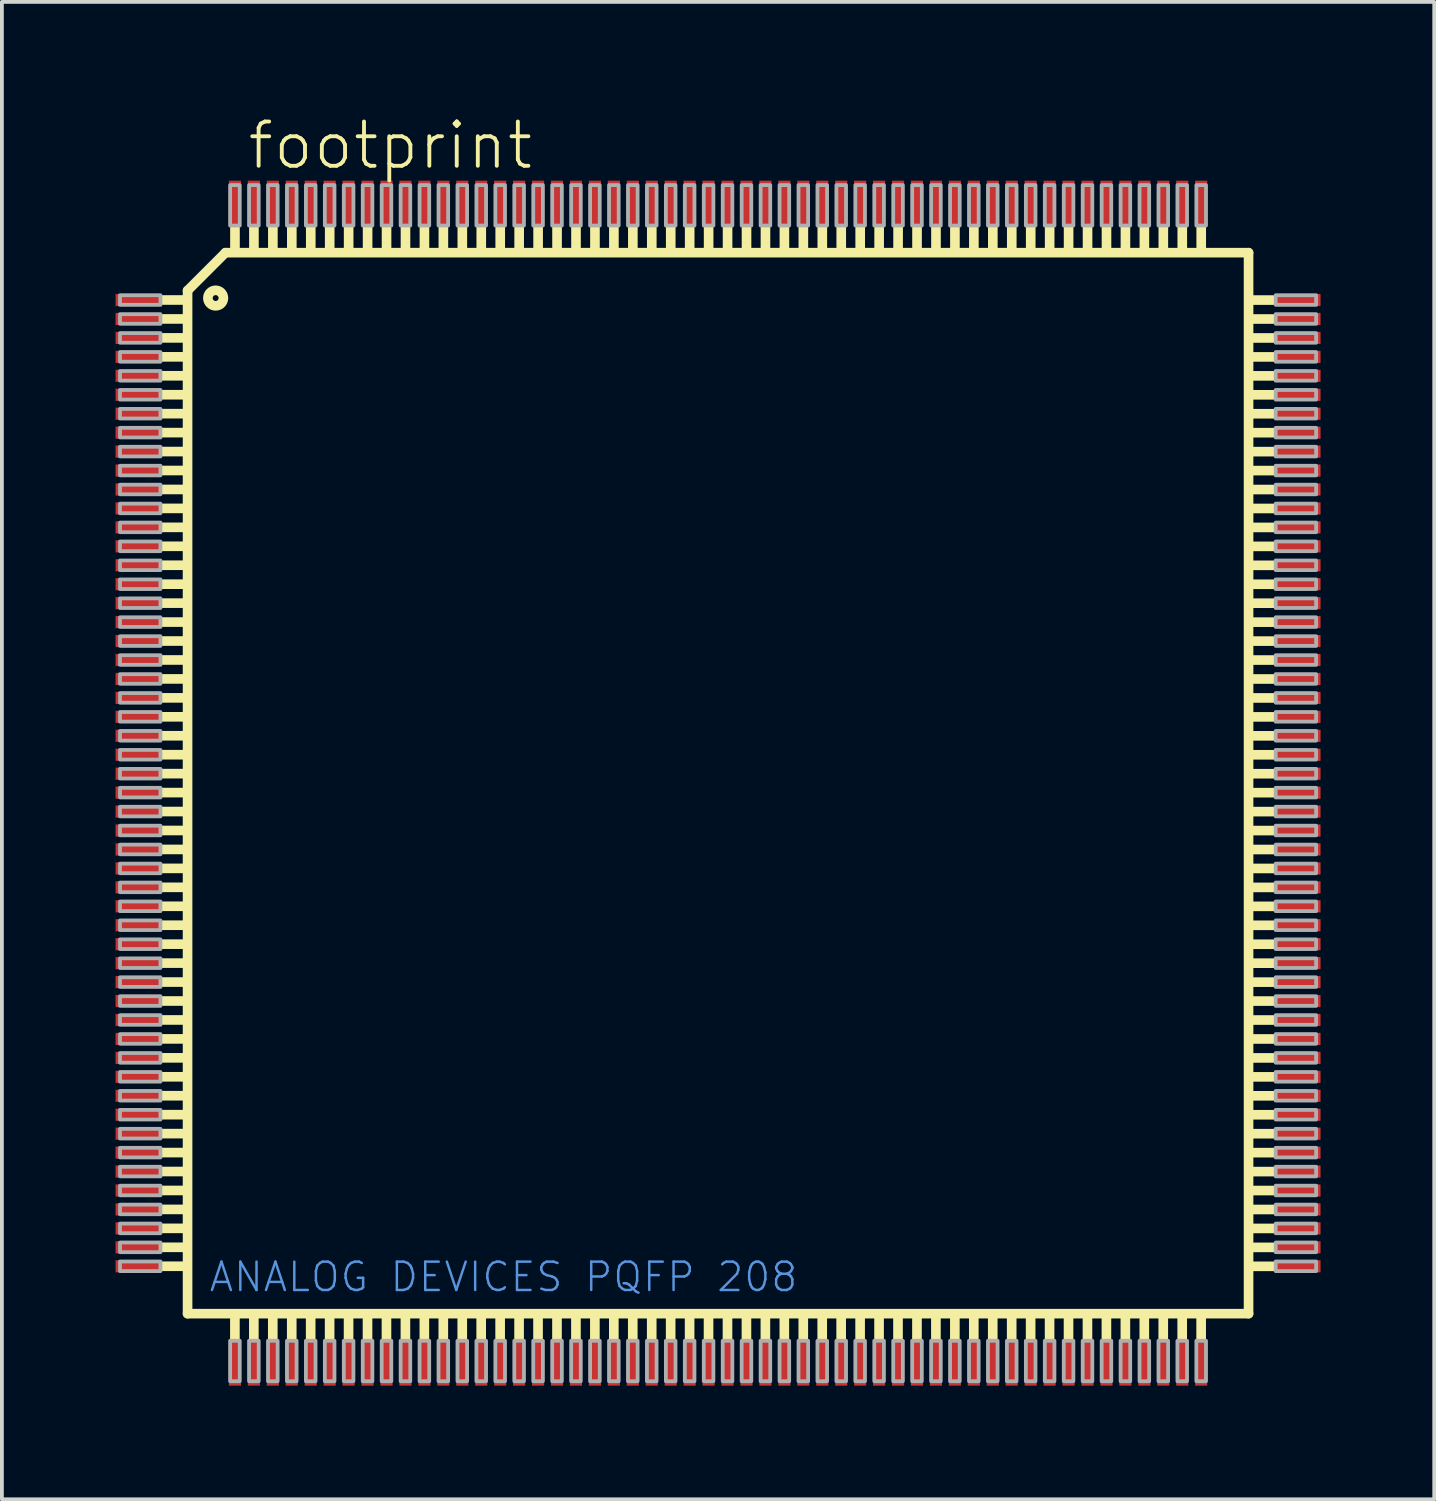
<source format=kicad_pcb>
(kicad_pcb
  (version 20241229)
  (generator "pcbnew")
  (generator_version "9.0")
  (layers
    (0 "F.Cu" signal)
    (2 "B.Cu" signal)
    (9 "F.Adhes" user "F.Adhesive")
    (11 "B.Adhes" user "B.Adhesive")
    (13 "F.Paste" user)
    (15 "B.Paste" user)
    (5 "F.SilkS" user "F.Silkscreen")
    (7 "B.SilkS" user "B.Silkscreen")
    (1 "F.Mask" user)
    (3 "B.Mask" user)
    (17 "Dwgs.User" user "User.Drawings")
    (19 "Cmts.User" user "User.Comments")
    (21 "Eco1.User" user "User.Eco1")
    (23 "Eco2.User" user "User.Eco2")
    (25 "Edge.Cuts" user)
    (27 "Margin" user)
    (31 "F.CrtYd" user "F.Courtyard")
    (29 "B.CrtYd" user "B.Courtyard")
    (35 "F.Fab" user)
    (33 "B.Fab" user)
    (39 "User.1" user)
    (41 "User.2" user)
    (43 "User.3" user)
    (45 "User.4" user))
  (footprint "footprint"
    (layer "F.Cu")
    (at 15.9 17.618)
    (property "Reference" "footprint" (at -12.47 -16.145 0) (layer "F.SilkS") (effects (font (size 1.168 1.168) (thickness 0.102)) (justify left bottom)))
    (fp_line (start -14 -13) (end -14 14) (stroke (width 0.254) (type solid)) (layer "F.SilkS"))
    (fp_line (start -14 14) (end 14 14) (stroke (width 0.254) (type solid)) (layer "F.SilkS"))
    (fp_line (start -13 -14) (end -14 -13) (stroke (width 0.254) (type solid)) (layer "F.SilkS"))
    (fp_line (start 14 -14) (end -13 -14) (stroke (width 0.254) (type solid)) (layer "F.SilkS"))
    (fp_line (start 14 14) (end 14 -14) (stroke (width 0.254) (type solid)) (layer "F.SilkS"))
    (fp_circle (center -13.259 -12.802) (end -13.054 -12.802) (stroke (width 0.254) (type solid)) (fill no) (layer "F.SilkS"))
    (fp_poly (pts (xy -14.732 -12.624) (xy -14.097 -12.624) (xy -14.097 -12.878) (xy -14.732 -12.878)) (stroke (width 0) (type solid)) (fill yes) (layer "F.SilkS"))
    (fp_poly (pts (xy -14.732 -12.124) (xy -14.097 -12.124) (xy -14.097 -12.378) (xy -14.732 -12.378)) (stroke (width 0) (type solid)) (fill yes) (layer "F.SilkS"))
    (fp_poly (pts (xy -14.732 -11.624) (xy -14.097 -11.624) (xy -14.097 -11.878) (xy -14.732 -11.878)) (stroke (width 0) (type solid)) (fill yes) (layer "F.SilkS"))
    (fp_poly (pts (xy -14.732 -11.124) (xy -14.097 -11.124) (xy -14.097 -11.378) (xy -14.732 -11.378)) (stroke (width 0) (type solid)) (fill yes) (layer "F.SilkS"))
    (fp_poly (pts (xy -14.732 -10.624) (xy -14.097 -10.624) (xy -14.097 -10.878) (xy -14.732 -10.878)) (stroke (width 0) (type solid)) (fill yes) (layer "F.SilkS"))
    (fp_poly (pts (xy -14.732 -10.124) (xy -14.097 -10.124) (xy -14.097 -10.378) (xy -14.732 -10.378)) (stroke (width 0) (type solid)) (fill yes) (layer "F.SilkS"))
    (fp_poly (pts (xy -14.732 -9.624) (xy -14.097 -9.624) (xy -14.097 -9.878) (xy -14.732 -9.878)) (stroke (width 0) (type solid)) (fill yes) (layer "F.SilkS"))
    (fp_poly (pts (xy -14.732 -9.124) (xy -14.097 -9.124) (xy -14.097 -9.378) (xy -14.732 -9.378)) (stroke (width 0) (type solid)) (fill yes) (layer "F.SilkS"))
    (fp_poly (pts (xy -14.732 -8.624) (xy -14.097 -8.624) (xy -14.097 -8.878) (xy -14.732 -8.878)) (stroke (width 0) (type solid)) (fill yes) (layer "F.SilkS"))
    (fp_poly (pts (xy -14.732 -8.124) (xy -14.097 -8.124) (xy -14.097 -8.378) (xy -14.732 -8.378)) (stroke (width 0) (type solid)) (fill yes) (layer "F.SilkS"))
    (fp_poly (pts (xy -14.732 -7.624) (xy -14.097 -7.624) (xy -14.097 -7.878) (xy -14.732 -7.878)) (stroke (width 0) (type solid)) (fill yes) (layer "F.SilkS"))
    (fp_poly (pts (xy -14.732 -7.124) (xy -14.097 -7.124) (xy -14.097 -7.378) (xy -14.732 -7.378)) (stroke (width 0) (type solid)) (fill yes) (layer "F.SilkS"))
    (fp_poly (pts (xy -14.732 -6.624) (xy -14.097 -6.624) (xy -14.097 -6.878) (xy -14.732 -6.878)) (stroke (width 0) (type solid)) (fill yes) (layer "F.SilkS"))
    (fp_poly (pts (xy -14.732 -6.124) (xy -14.097 -6.124) (xy -14.097 -6.378) (xy -14.732 -6.378)) (stroke (width 0) (type solid)) (fill yes) (layer "F.SilkS"))
    (fp_poly (pts (xy -14.732 -5.624) (xy -14.097 -5.624) (xy -14.097 -5.878) (xy -14.732 -5.878)) (stroke (width 0) (type solid)) (fill yes) (layer "F.SilkS"))
    (fp_poly (pts (xy -14.732 -5.124) (xy -14.097 -5.124) (xy -14.097 -5.378) (xy -14.732 -5.378)) (stroke (width 0) (type solid)) (fill yes) (layer "F.SilkS"))
    (fp_poly (pts (xy -14.732 -4.624) (xy -14.097 -4.624) (xy -14.097 -4.878) (xy -14.732 -4.878)) (stroke (width 0) (type solid)) (fill yes) (layer "F.SilkS"))
    (fp_poly (pts (xy -14.732 -4.124) (xy -14.097 -4.124) (xy -14.097 -4.378) (xy -14.732 -4.378)) (stroke (width 0) (type solid)) (fill yes) (layer "F.SilkS"))
    (fp_poly (pts (xy -14.732 -3.624) (xy -14.097 -3.624) (xy -14.097 -3.878) (xy -14.732 -3.878)) (stroke (width 0) (type solid)) (fill yes) (layer "F.SilkS"))
    (fp_poly (pts (xy -14.732 -3.124) (xy -14.097 -3.124) (xy -14.097 -3.378) (xy -14.732 -3.378)) (stroke (width 0) (type solid)) (fill yes) (layer "F.SilkS"))
    (fp_poly (pts (xy -14.732 -2.624) (xy -14.097 -2.624) (xy -14.097 -2.878) (xy -14.732 -2.878)) (stroke (width 0) (type solid)) (fill yes) (layer "F.SilkS"))
    (fp_poly (pts (xy -14.732 -2.124) (xy -14.097 -2.124) (xy -14.097 -2.378) (xy -14.732 -2.378)) (stroke (width 0) (type solid)) (fill yes) (layer "F.SilkS"))
    (fp_poly (pts (xy -14.732 -1.624) (xy -14.097 -1.624) (xy -14.097 -1.878) (xy -14.732 -1.878)) (stroke (width 0) (type solid)) (fill yes) (layer "F.SilkS"))
    (fp_poly (pts (xy -14.732 -1.124) (xy -14.097 -1.124) (xy -14.097 -1.378) (xy -14.732 -1.378)) (stroke (width 0) (type solid)) (fill yes) (layer "F.SilkS"))
    (fp_poly (pts (xy -14.732 -0.624) (xy -14.097 -0.624) (xy -14.097 -0.878) (xy -14.732 -0.878)) (stroke (width 0) (type solid)) (fill yes) (layer "F.SilkS"))
    (fp_poly (pts (xy -14.732 -0.124) (xy -14.097 -0.124) (xy -14.097 -0.378) (xy -14.732 -0.378)) (stroke (width 0) (type solid)) (fill yes) (layer "F.SilkS"))
    (fp_poly (pts (xy -14.732 0.376) (xy -14.097 0.376) (xy -14.097 0.122) (xy -14.732 0.122)) (stroke (width 0) (type solid)) (fill yes) (layer "F.SilkS"))
    (fp_poly (pts (xy -14.732 0.876) (xy -14.097 0.876) (xy -14.097 0.622) (xy -14.732 0.622)) (stroke (width 0) (type solid)) (fill yes) (layer "F.SilkS"))
    (fp_poly (pts (xy -14.732 1.376) (xy -14.097 1.376) (xy -14.097 1.122) (xy -14.732 1.122)) (stroke (width 0) (type solid)) (fill yes) (layer "F.SilkS"))
    (fp_poly (pts (xy -14.732 1.876) (xy -14.097 1.876) (xy -14.097 1.622) (xy -14.732 1.622)) (stroke (width 0) (type solid)) (fill yes) (layer "F.SilkS"))
    (fp_poly (pts (xy -14.732 2.376) (xy -14.097 2.376) (xy -14.097 2.122) (xy -14.732 2.122)) (stroke (width 0) (type solid)) (fill yes) (layer "F.SilkS"))
    (fp_poly (pts (xy -14.732 2.876) (xy -14.097 2.876) (xy -14.097 2.622) (xy -14.732 2.622)) (stroke (width 0) (type solid)) (fill yes) (layer "F.SilkS"))
    (fp_poly (pts (xy -14.732 3.376) (xy -14.097 3.376) (xy -14.097 3.122) (xy -14.732 3.122)) (stroke (width 0) (type solid)) (fill yes) (layer "F.SilkS"))
    (fp_poly (pts (xy -14.732 3.876) (xy -14.097 3.876) (xy -14.097 3.622) (xy -14.732 3.622)) (stroke (width 0) (type solid)) (fill yes) (layer "F.SilkS"))
    (fp_poly (pts (xy -14.732 4.376) (xy -14.097 4.376) (xy -14.097 4.122) (xy -14.732 4.122)) (stroke (width 0) (type solid)) (fill yes) (layer "F.SilkS"))
    (fp_poly (pts (xy -14.732 4.876) (xy -14.097 4.876) (xy -14.097 4.622) (xy -14.732 4.622)) (stroke (width 0) (type solid)) (fill yes) (layer "F.SilkS"))
    (fp_poly (pts (xy -14.732 5.376) (xy -14.097 5.376) (xy -14.097 5.122) (xy -14.732 5.122)) (stroke (width 0) (type solid)) (fill yes) (layer "F.SilkS"))
    (fp_poly (pts (xy -14.732 5.876) (xy -14.097 5.876) (xy -14.097 5.622) (xy -14.732 5.622)) (stroke (width 0) (type solid)) (fill yes) (layer "F.SilkS"))
    (fp_poly (pts (xy -14.732 6.376) (xy -14.097 6.376) (xy -14.097 6.122) (xy -14.732 6.122)) (stroke (width 0) (type solid)) (fill yes) (layer "F.SilkS"))
    (fp_poly (pts (xy -14.732 6.876) (xy -14.097 6.876) (xy -14.097 6.622) (xy -14.732 6.622)) (stroke (width 0) (type solid)) (fill yes) (layer "F.SilkS"))
    (fp_poly (pts (xy -14.732 7.376) (xy -14.097 7.376) (xy -14.097 7.122) (xy -14.732 7.122)) (stroke (width 0) (type solid)) (fill yes) (layer "F.SilkS"))
    (fp_poly (pts (xy -14.732 7.876) (xy -14.097 7.876) (xy -14.097 7.622) (xy -14.732 7.622)) (stroke (width 0) (type solid)) (fill yes) (layer "F.SilkS"))
    (fp_poly (pts (xy -14.732 8.376) (xy -14.097 8.376) (xy -14.097 8.122) (xy -14.732 8.122)) (stroke (width 0) (type solid)) (fill yes) (layer "F.SilkS"))
    (fp_poly (pts (xy -14.732 8.876) (xy -14.097 8.876) (xy -14.097 8.622) (xy -14.732 8.622)) (stroke (width 0) (type solid)) (fill yes) (layer "F.SilkS"))
    (fp_poly (pts (xy -14.732 9.376) (xy -14.097 9.376) (xy -14.097 9.122) (xy -14.732 9.122)) (stroke (width 0) (type solid)) (fill yes) (layer "F.SilkS"))
    (fp_poly (pts (xy -14.732 9.876) (xy -14.097 9.876) (xy -14.097 9.622) (xy -14.732 9.622)) (stroke (width 0) (type solid)) (fill yes) (layer "F.SilkS"))
    (fp_poly (pts (xy -14.732 10.376) (xy -14.097 10.376) (xy -14.097 10.122) (xy -14.732 10.122)) (stroke (width 0) (type solid)) (fill yes) (layer "F.SilkS"))
    (fp_poly (pts (xy -14.732 10.876) (xy -14.097 10.876) (xy -14.097 10.622) (xy -14.732 10.622)) (stroke (width 0) (type solid)) (fill yes) (layer "F.SilkS"))
    (fp_poly (pts (xy -14.732 11.376) (xy -14.097 11.376) (xy -14.097 11.122) (xy -14.732 11.122)) (stroke (width 0) (type solid)) (fill yes) (layer "F.SilkS"))
    (fp_poly (pts (xy -14.732 11.876) (xy -14.097 11.876) (xy -14.097 11.622) (xy -14.732 11.622)) (stroke (width 0) (type solid)) (fill yes) (layer "F.SilkS"))
    (fp_poly (pts (xy -14.732 12.376) (xy -14.097 12.376) (xy -14.097 12.122) (xy -14.732 12.122)) (stroke (width 0) (type solid)) (fill yes) (layer "F.SilkS"))
    (fp_poly (pts (xy -14.732 12.876) (xy -14.097 12.876) (xy -14.097 12.622) (xy -14.732 12.622)) (stroke (width 0) (type solid)) (fill yes) (layer "F.SilkS"))
    (fp_poly (pts (xy -12.878 14.732) (xy -12.624 14.732) (xy -12.624 14.097) (xy -12.878 14.097)) (stroke (width 0) (type solid)) (fill yes) (layer "F.SilkS"))
    (fp_poly (pts (xy -12.876 -14.097) (xy -12.622 -14.097) (xy -12.622 -14.732) (xy -12.876 -14.732)) (stroke (width 0) (type solid)) (fill yes) (layer "F.SilkS"))
    (fp_poly (pts (xy -12.378 14.732) (xy -12.124 14.732) (xy -12.124 14.097) (xy -12.378 14.097)) (stroke (width 0) (type solid)) (fill yes) (layer "F.SilkS"))
    (fp_poly (pts (xy -12.376 -14.097) (xy -12.122 -14.097) (xy -12.122 -14.732) (xy -12.376 -14.732)) (stroke (width 0) (type solid)) (fill yes) (layer "F.SilkS"))
    (fp_poly (pts (xy -11.878 14.732) (xy -11.624 14.732) (xy -11.624 14.097) (xy -11.878 14.097)) (stroke (width 0) (type solid)) (fill yes) (layer "F.SilkS"))
    (fp_poly (pts (xy -11.876 -14.097) (xy -11.622 -14.097) (xy -11.622 -14.732) (xy -11.876 -14.732)) (stroke (width 0) (type solid)) (fill yes) (layer "F.SilkS"))
    (fp_poly (pts (xy -11.378 14.732) (xy -11.124 14.732) (xy -11.124 14.097) (xy -11.378 14.097)) (stroke (width 0) (type solid)) (fill yes) (layer "F.SilkS"))
    (fp_poly (pts (xy -11.376 -14.097) (xy -11.122 -14.097) (xy -11.122 -14.732) (xy -11.376 -14.732)) (stroke (width 0) (type solid)) (fill yes) (layer "F.SilkS"))
    (fp_poly (pts (xy -10.878 14.732) (xy -10.624 14.732) (xy -10.624 14.097) (xy -10.878 14.097)) (stroke (width 0) (type solid)) (fill yes) (layer "F.SilkS"))
    (fp_poly (pts (xy -10.876 -14.097) (xy -10.622 -14.097) (xy -10.622 -14.732) (xy -10.876 -14.732)) (stroke (width 0) (type solid)) (fill yes) (layer "F.SilkS"))
    (fp_poly (pts (xy -10.378 14.732) (xy -10.124 14.732) (xy -10.124 14.097) (xy -10.378 14.097)) (stroke (width 0) (type solid)) (fill yes) (layer "F.SilkS"))
    (fp_poly (pts (xy -10.376 -14.097) (xy -10.122 -14.097) (xy -10.122 -14.732) (xy -10.376 -14.732)) (stroke (width 0) (type solid)) (fill yes) (layer "F.SilkS"))
    (fp_poly (pts (xy -9.878 14.732) (xy -9.624 14.732) (xy -9.624 14.097) (xy -9.878 14.097)) (stroke (width 0) (type solid)) (fill yes) (layer "F.SilkS"))
    (fp_poly (pts (xy -9.876 -14.097) (xy -9.622 -14.097) (xy -9.622 -14.732) (xy -9.876 -14.732)) (stroke (width 0) (type solid)) (fill yes) (layer "F.SilkS"))
    (fp_poly (pts (xy -9.378 14.732) (xy -9.124 14.732) (xy -9.124 14.097) (xy -9.378 14.097)) (stroke (width 0) (type solid)) (fill yes) (layer "F.SilkS"))
    (fp_poly (pts (xy -9.376 -14.097) (xy -9.122 -14.097) (xy -9.122 -14.732) (xy -9.376 -14.732)) (stroke (width 0) (type solid)) (fill yes) (layer "F.SilkS"))
    (fp_poly (pts (xy -8.878 14.732) (xy -8.624 14.732) (xy -8.624 14.097) (xy -8.878 14.097)) (stroke (width 0) (type solid)) (fill yes) (layer "F.SilkS"))
    (fp_poly (pts (xy -8.876 -14.097) (xy -8.622 -14.097) (xy -8.622 -14.732) (xy -8.876 -14.732)) (stroke (width 0) (type solid)) (fill yes) (layer "F.SilkS"))
    (fp_poly (pts (xy -8.378 14.732) (xy -8.124 14.732) (xy -8.124 14.097) (xy -8.378 14.097)) (stroke (width 0) (type solid)) (fill yes) (layer "F.SilkS"))
    (fp_poly (pts (xy -8.376 -14.097) (xy -8.122 -14.097) (xy -8.122 -14.732) (xy -8.376 -14.732)) (stroke (width 0) (type solid)) (fill yes) (layer "F.SilkS"))
    (fp_poly (pts (xy -7.878 14.732) (xy -7.624 14.732) (xy -7.624 14.097) (xy -7.878 14.097)) (stroke (width 0) (type solid)) (fill yes) (layer "F.SilkS"))
    (fp_poly (pts (xy -7.876 -14.097) (xy -7.622 -14.097) (xy -7.622 -14.732) (xy -7.876 -14.732)) (stroke (width 0) (type solid)) (fill yes) (layer "F.SilkS"))
    (fp_poly (pts (xy -7.378 14.732) (xy -7.124 14.732) (xy -7.124 14.097) (xy -7.378 14.097)) (stroke (width 0) (type solid)) (fill yes) (layer "F.SilkS"))
    (fp_poly (pts (xy -7.376 -14.097) (xy -7.122 -14.097) (xy -7.122 -14.732) (xy -7.376 -14.732)) (stroke (width 0) (type solid)) (fill yes) (layer "F.SilkS"))
    (fp_poly (pts (xy -6.878 14.732) (xy -6.624 14.732) (xy -6.624 14.097) (xy -6.878 14.097)) (stroke (width 0) (type solid)) (fill yes) (layer "F.SilkS"))
    (fp_poly (pts (xy -6.876 -14.097) (xy -6.622 -14.097) (xy -6.622 -14.732) (xy -6.876 -14.732)) (stroke (width 0) (type solid)) (fill yes) (layer "F.SilkS"))
    (fp_poly (pts (xy -6.378 14.732) (xy -6.124 14.732) (xy -6.124 14.097) (xy -6.378 14.097)) (stroke (width 0) (type solid)) (fill yes) (layer "F.SilkS"))
    (fp_poly (pts (xy -6.376 -14.097) (xy -6.122 -14.097) (xy -6.122 -14.732) (xy -6.376 -14.732)) (stroke (width 0) (type solid)) (fill yes) (layer "F.SilkS"))
    (fp_poly (pts (xy -5.878 14.732) (xy -5.624 14.732) (xy -5.624 14.097) (xy -5.878 14.097)) (stroke (width 0) (type solid)) (fill yes) (layer "F.SilkS"))
    (fp_poly (pts (xy -5.876 -14.097) (xy -5.622 -14.097) (xy -5.622 -14.732) (xy -5.876 -14.732)) (stroke (width 0) (type solid)) (fill yes) (layer "F.SilkS"))
    (fp_poly (pts (xy -5.378 14.732) (xy -5.124 14.732) (xy -5.124 14.097) (xy -5.378 14.097)) (stroke (width 0) (type solid)) (fill yes) (layer "F.SilkS"))
    (fp_poly (pts (xy -5.376 -14.097) (xy -5.122 -14.097) (xy -5.122 -14.732) (xy -5.376 -14.732)) (stroke (width 0) (type solid)) (fill yes) (layer "F.SilkS"))
    (fp_poly (pts (xy -4.878 14.732) (xy -4.624 14.732) (xy -4.624 14.097) (xy -4.878 14.097)) (stroke (width 0) (type solid)) (fill yes) (layer "F.SilkS"))
    (fp_poly (pts (xy -4.876 -14.097) (xy -4.622 -14.097) (xy -4.622 -14.732) (xy -4.876 -14.732)) (stroke (width 0) (type solid)) (fill yes) (layer "F.SilkS"))
    (fp_poly (pts (xy -4.378 14.732) (xy -4.124 14.732) (xy -4.124 14.097) (xy -4.378 14.097)) (stroke (width 0) (type solid)) (fill yes) (layer "F.SilkS"))
    (fp_poly (pts (xy -4.376 -14.097) (xy -4.122 -14.097) (xy -4.122 -14.732) (xy -4.376 -14.732)) (stroke (width 0) (type solid)) (fill yes) (layer "F.SilkS"))
    (fp_poly (pts (xy -3.878 14.732) (xy -3.624 14.732) (xy -3.624 14.097) (xy -3.878 14.097)) (stroke (width 0) (type solid)) (fill yes) (layer "F.SilkS"))
    (fp_poly (pts (xy -3.876 -14.097) (xy -3.622 -14.097) (xy -3.622 -14.732) (xy -3.876 -14.732)) (stroke (width 0) (type solid)) (fill yes) (layer "F.SilkS"))
    (fp_poly (pts (xy -3.378 14.732) (xy -3.124 14.732) (xy -3.124 14.097) (xy -3.378 14.097)) (stroke (width 0) (type solid)) (fill yes) (layer "F.SilkS"))
    (fp_poly (pts (xy -3.376 -14.097) (xy -3.122 -14.097) (xy -3.122 -14.732) (xy -3.376 -14.732)) (stroke (width 0) (type solid)) (fill yes) (layer "F.SilkS"))
    (fp_poly (pts (xy -2.878 14.732) (xy -2.624 14.732) (xy -2.624 14.097) (xy -2.878 14.097)) (stroke (width 0) (type solid)) (fill yes) (layer "F.SilkS"))
    (fp_poly (pts (xy -2.876 -14.097) (xy -2.622 -14.097) (xy -2.622 -14.732) (xy -2.876 -14.732)) (stroke (width 0) (type solid)) (fill yes) (layer "F.SilkS"))
    (fp_poly (pts (xy -2.378 14.732) (xy -2.124 14.732) (xy -2.124 14.097) (xy -2.378 14.097)) (stroke (width 0) (type solid)) (fill yes) (layer "F.SilkS"))
    (fp_poly (pts (xy -2.376 -14.097) (xy -2.122 -14.097) (xy -2.122 -14.732) (xy -2.376 -14.732)) (stroke (width 0) (type solid)) (fill yes) (layer "F.SilkS"))
    (fp_poly (pts (xy -1.878 14.732) (xy -1.624 14.732) (xy -1.624 14.097) (xy -1.878 14.097)) (stroke (width 0) (type solid)) (fill yes) (layer "F.SilkS"))
    (fp_poly (pts (xy -1.876 -14.097) (xy -1.622 -14.097) (xy -1.622 -14.732) (xy -1.876 -14.732)) (stroke (width 0) (type solid)) (fill yes) (layer "F.SilkS"))
    (fp_poly (pts (xy -1.378 14.732) (xy -1.124 14.732) (xy -1.124 14.097) (xy -1.378 14.097)) (stroke (width 0) (type solid)) (fill yes) (layer "F.SilkS"))
    (fp_poly (pts (xy -1.376 -14.097) (xy -1.122 -14.097) (xy -1.122 -14.732) (xy -1.376 -14.732)) (stroke (width 0) (type solid)) (fill yes) (layer "F.SilkS"))
    (fp_poly (pts (xy -0.878 14.732) (xy -0.624 14.732) (xy -0.624 14.097) (xy -0.878 14.097)) (stroke (width 0) (type solid)) (fill yes) (layer "F.SilkS"))
    (fp_poly (pts (xy -0.876 -14.097) (xy -0.622 -14.097) (xy -0.622 -14.732) (xy -0.876 -14.732)) (stroke (width 0) (type solid)) (fill yes) (layer "F.SilkS"))
    (fp_poly (pts (xy -0.378 14.732) (xy -0.124 14.732) (xy -0.124 14.097) (xy -0.378 14.097)) (stroke (width 0) (type solid)) (fill yes) (layer "F.SilkS"))
    (fp_poly (pts (xy -0.376 -14.097) (xy -0.122 -14.097) (xy -0.122 -14.732) (xy -0.376 -14.732)) (stroke (width 0) (type solid)) (fill yes) (layer "F.SilkS"))
    (fp_poly (pts (xy 0.122 14.732) (xy 0.376 14.732) (xy 0.376 14.097) (xy 0.122 14.097)) (stroke (width 0) (type solid)) (fill yes) (layer "F.SilkS"))
    (fp_poly (pts (xy 0.124 -14.097) (xy 0.378 -14.097) (xy 0.378 -14.732) (xy 0.124 -14.732)) (stroke (width 0) (type solid)) (fill yes) (layer "F.SilkS"))
    (fp_poly (pts (xy 0.622 14.732) (xy 0.876 14.732) (xy 0.876 14.097) (xy 0.622 14.097)) (stroke (width 0) (type solid)) (fill yes) (layer "F.SilkS"))
    (fp_poly (pts (xy 0.624 -14.097) (xy 0.878 -14.097) (xy 0.878 -14.732) (xy 0.624 -14.732)) (stroke (width 0) (type solid)) (fill yes) (layer "F.SilkS"))
    (fp_poly (pts (xy 1.122 14.732) (xy 1.376 14.732) (xy 1.376 14.097) (xy 1.122 14.097)) (stroke (width 0) (type solid)) (fill yes) (layer "F.SilkS"))
    (fp_poly (pts (xy 1.124 -14.097) (xy 1.378 -14.097) (xy 1.378 -14.732) (xy 1.124 -14.732)) (stroke (width 0) (type solid)) (fill yes) (layer "F.SilkS"))
    (fp_poly (pts (xy 1.622 14.732) (xy 1.876 14.732) (xy 1.876 14.097) (xy 1.622 14.097)) (stroke (width 0) (type solid)) (fill yes) (layer "F.SilkS"))
    (fp_poly (pts (xy 1.624 -14.097) (xy 1.878 -14.097) (xy 1.878 -14.732) (xy 1.624 -14.732)) (stroke (width 0) (type solid)) (fill yes) (layer "F.SilkS"))
    (fp_poly (pts (xy 2.122 14.732) (xy 2.376 14.732) (xy 2.376 14.097) (xy 2.122 14.097)) (stroke (width 0) (type solid)) (fill yes) (layer "F.SilkS"))
    (fp_poly (pts (xy 2.124 -14.097) (xy 2.378 -14.097) (xy 2.378 -14.732) (xy 2.124 -14.732)) (stroke (width 0) (type solid)) (fill yes) (layer "F.SilkS"))
    (fp_poly (pts (xy 2.622 14.732) (xy 2.876 14.732) (xy 2.876 14.097) (xy 2.622 14.097)) (stroke (width 0) (type solid)) (fill yes) (layer "F.SilkS"))
    (fp_poly (pts (xy 2.624 -14.097) (xy 2.878 -14.097) (xy 2.878 -14.732) (xy 2.624 -14.732)) (stroke (width 0) (type solid)) (fill yes) (layer "F.SilkS"))
    (fp_poly (pts (xy 3.122 14.732) (xy 3.376 14.732) (xy 3.376 14.097) (xy 3.122 14.097)) (stroke (width 0) (type solid)) (fill yes) (layer "F.SilkS"))
    (fp_poly (pts (xy 3.124 -14.097) (xy 3.378 -14.097) (xy 3.378 -14.732) (xy 3.124 -14.732)) (stroke (width 0) (type solid)) (fill yes) (layer "F.SilkS"))
    (fp_poly (pts (xy 3.622 14.732) (xy 3.876 14.732) (xy 3.876 14.097) (xy 3.622 14.097)) (stroke (width 0) (type solid)) (fill yes) (layer "F.SilkS"))
    (fp_poly (pts (xy 3.624 -14.097) (xy 3.878 -14.097) (xy 3.878 -14.732) (xy 3.624 -14.732)) (stroke (width 0) (type solid)) (fill yes) (layer "F.SilkS"))
    (fp_poly (pts (xy 4.122 14.732) (xy 4.376 14.732) (xy 4.376 14.097) (xy 4.122 14.097)) (stroke (width 0) (type solid)) (fill yes) (layer "F.SilkS"))
    (fp_poly (pts (xy 4.124 -14.097) (xy 4.378 -14.097) (xy 4.378 -14.732) (xy 4.124 -14.732)) (stroke (width 0) (type solid)) (fill yes) (layer "F.SilkS"))
    (fp_poly (pts (xy 4.622 14.732) (xy 4.876 14.732) (xy 4.876 14.097) (xy 4.622 14.097)) (stroke (width 0) (type solid)) (fill yes) (layer "F.SilkS"))
    (fp_poly (pts (xy 4.624 -14.097) (xy 4.878 -14.097) (xy 4.878 -14.732) (xy 4.624 -14.732)) (stroke (width 0) (type solid)) (fill yes) (layer "F.SilkS"))
    (fp_poly (pts (xy 5.122 14.732) (xy 5.376 14.732) (xy 5.376 14.097) (xy 5.122 14.097)) (stroke (width 0) (type solid)) (fill yes) (layer "F.SilkS"))
    (fp_poly (pts (xy 5.124 -14.097) (xy 5.378 -14.097) (xy 5.378 -14.732) (xy 5.124 -14.732)) (stroke (width 0) (type solid)) (fill yes) (layer "F.SilkS"))
    (fp_poly (pts (xy 5.622 14.732) (xy 5.876 14.732) (xy 5.876 14.097) (xy 5.622 14.097)) (stroke (width 0) (type solid)) (fill yes) (layer "F.SilkS"))
    (fp_poly (pts (xy 5.624 -14.097) (xy 5.878 -14.097) (xy 5.878 -14.732) (xy 5.624 -14.732)) (stroke (width 0) (type solid)) (fill yes) (layer "F.SilkS"))
    (fp_poly (pts (xy 6.122 14.732) (xy 6.376 14.732) (xy 6.376 14.097) (xy 6.122 14.097)) (stroke (width 0) (type solid)) (fill yes) (layer "F.SilkS"))
    (fp_poly (pts (xy 6.124 -14.097) (xy 6.378 -14.097) (xy 6.378 -14.732) (xy 6.124 -14.732)) (stroke (width 0) (type solid)) (fill yes) (layer "F.SilkS"))
    (fp_poly (pts (xy 6.622 14.732) (xy 6.876 14.732) (xy 6.876 14.097) (xy 6.622 14.097)) (stroke (width 0) (type solid)) (fill yes) (layer "F.SilkS"))
    (fp_poly (pts (xy 6.624 -14.097) (xy 6.878 -14.097) (xy 6.878 -14.732) (xy 6.624 -14.732)) (stroke (width 0) (type solid)) (fill yes) (layer "F.SilkS"))
    (fp_poly (pts (xy 7.122 14.732) (xy 7.376 14.732) (xy 7.376 14.097) (xy 7.122 14.097)) (stroke (width 0) (type solid)) (fill yes) (layer "F.SilkS"))
    (fp_poly (pts (xy 7.124 -14.097) (xy 7.378 -14.097) (xy 7.378 -14.732) (xy 7.124 -14.732)) (stroke (width 0) (type solid)) (fill yes) (layer "F.SilkS"))
    (fp_poly (pts (xy 7.622 14.732) (xy 7.876 14.732) (xy 7.876 14.097) (xy 7.622 14.097)) (stroke (width 0) (type solid)) (fill yes) (layer "F.SilkS"))
    (fp_poly (pts (xy 7.624 -14.097) (xy 7.878 -14.097) (xy 7.878 -14.732) (xy 7.624 -14.732)) (stroke (width 0) (type solid)) (fill yes) (layer "F.SilkS"))
    (fp_poly (pts (xy 8.122 14.732) (xy 8.376 14.732) (xy 8.376 14.097) (xy 8.122 14.097)) (stroke (width 0) (type solid)) (fill yes) (layer "F.SilkS"))
    (fp_poly (pts (xy 8.124 -14.097) (xy 8.378 -14.097) (xy 8.378 -14.732) (xy 8.124 -14.732)) (stroke (width 0) (type solid)) (fill yes) (layer "F.SilkS"))
    (fp_poly (pts (xy 8.622 14.732) (xy 8.876 14.732) (xy 8.876 14.097) (xy 8.622 14.097)) (stroke (width 0) (type solid)) (fill yes) (layer "F.SilkS"))
    (fp_poly (pts (xy 8.624 -14.097) (xy 8.878 -14.097) (xy 8.878 -14.732) (xy 8.624 -14.732)) (stroke (width 0) (type solid)) (fill yes) (layer "F.SilkS"))
    (fp_poly (pts (xy 9.122 14.732) (xy 9.376 14.732) (xy 9.376 14.097) (xy 9.122 14.097)) (stroke (width 0) (type solid)) (fill yes) (layer "F.SilkS"))
    (fp_poly (pts (xy 9.124 -14.097) (xy 9.378 -14.097) (xy 9.378 -14.732) (xy 9.124 -14.732)) (stroke (width 0) (type solid)) (fill yes) (layer "F.SilkS"))
    (fp_poly (pts (xy 9.622 14.732) (xy 9.876 14.732) (xy 9.876 14.097) (xy 9.622 14.097)) (stroke (width 0) (type solid)) (fill yes) (layer "F.SilkS"))
    (fp_poly (pts (xy 9.624 -14.097) (xy 9.878 -14.097) (xy 9.878 -14.732) (xy 9.624 -14.732)) (stroke (width 0) (type solid)) (fill yes) (layer "F.SilkS"))
    (fp_poly (pts (xy 10.122 14.732) (xy 10.376 14.732) (xy 10.376 14.097) (xy 10.122 14.097)) (stroke (width 0) (type solid)) (fill yes) (layer "F.SilkS"))
    (fp_poly (pts (xy 10.124 -14.097) (xy 10.378 -14.097) (xy 10.378 -14.732) (xy 10.124 -14.732)) (stroke (width 0) (type solid)) (fill yes) (layer "F.SilkS"))
    (fp_poly (pts (xy 10.622 14.732) (xy 10.876 14.732) (xy 10.876 14.097) (xy 10.622 14.097)) (stroke (width 0) (type solid)) (fill yes) (layer "F.SilkS"))
    (fp_poly (pts (xy 10.624 -14.097) (xy 10.878 -14.097) (xy 10.878 -14.732) (xy 10.624 -14.732)) (stroke (width 0) (type solid)) (fill yes) (layer "F.SilkS"))
    (fp_poly (pts (xy 11.122 14.732) (xy 11.376 14.732) (xy 11.376 14.097) (xy 11.122 14.097)) (stroke (width 0) (type solid)) (fill yes) (layer "F.SilkS"))
    (fp_poly (pts (xy 11.124 -14.097) (xy 11.378 -14.097) (xy 11.378 -14.732) (xy 11.124 -14.732)) (stroke (width 0) (type solid)) (fill yes) (layer "F.SilkS"))
    (fp_poly (pts (xy 11.622 14.732) (xy 11.876 14.732) (xy 11.876 14.097) (xy 11.622 14.097)) (stroke (width 0) (type solid)) (fill yes) (layer "F.SilkS"))
    (fp_poly (pts (xy 11.624 -14.097) (xy 11.878 -14.097) (xy 11.878 -14.732) (xy 11.624 -14.732)) (stroke (width 0) (type solid)) (fill yes) (layer "F.SilkS"))
    (fp_poly (pts (xy 12.122 14.732) (xy 12.376 14.732) (xy 12.376 14.097) (xy 12.122 14.097)) (stroke (width 0) (type solid)) (fill yes) (layer "F.SilkS"))
    (fp_poly (pts (xy 12.124 -14.097) (xy 12.378 -14.097) (xy 12.378 -14.732) (xy 12.124 -14.732)) (stroke (width 0) (type solid)) (fill yes) (layer "F.SilkS"))
    (fp_poly (pts (xy 12.622 14.732) (xy 12.876 14.732) (xy 12.876 14.097) (xy 12.622 14.097)) (stroke (width 0) (type solid)) (fill yes) (layer "F.SilkS"))
    (fp_poly (pts (xy 12.624 -14.097) (xy 12.878 -14.097) (xy 12.878 -14.732) (xy 12.624 -14.732)) (stroke (width 0) (type solid)) (fill yes) (layer "F.SilkS"))
    (fp_poly (pts (xy 14.097 -12.622) (xy 14.732 -12.622) (xy 14.732 -12.876) (xy 14.097 -12.876)) (stroke (width 0) (type solid)) (fill yes) (layer "F.SilkS"))
    (fp_poly (pts (xy 14.097 -12.122) (xy 14.732 -12.122) (xy 14.732 -12.376) (xy 14.097 -12.376)) (stroke (width 0) (type solid)) (fill yes) (layer "F.SilkS"))
    (fp_poly (pts (xy 14.097 -11.622) (xy 14.732 -11.622) (xy 14.732 -11.876) (xy 14.097 -11.876)) (stroke (width 0) (type solid)) (fill yes) (layer "F.SilkS"))
    (fp_poly (pts (xy 14.097 -11.122) (xy 14.732 -11.122) (xy 14.732 -11.376) (xy 14.097 -11.376)) (stroke (width 0) (type solid)) (fill yes) (layer "F.SilkS"))
    (fp_poly (pts (xy 14.097 -10.622) (xy 14.732 -10.622) (xy 14.732 -10.876) (xy 14.097 -10.876)) (stroke (width 0) (type solid)) (fill yes) (layer "F.SilkS"))
    (fp_poly (pts (xy 14.097 -10.122) (xy 14.732 -10.122) (xy 14.732 -10.376) (xy 14.097 -10.376)) (stroke (width 0) (type solid)) (fill yes) (layer "F.SilkS"))
    (fp_poly (pts (xy 14.097 -9.622) (xy 14.732 -9.622) (xy 14.732 -9.876) (xy 14.097 -9.876)) (stroke (width 0) (type solid)) (fill yes) (layer "F.SilkS"))
    (fp_poly (pts (xy 14.097 -9.122) (xy 14.732 -9.122) (xy 14.732 -9.376) (xy 14.097 -9.376)) (stroke (width 0) (type solid)) (fill yes) (layer "F.SilkS"))
    (fp_poly (pts (xy 14.097 -8.622) (xy 14.732 -8.622) (xy 14.732 -8.876) (xy 14.097 -8.876)) (stroke (width 0) (type solid)) (fill yes) (layer "F.SilkS"))
    (fp_poly (pts (xy 14.097 -8.122) (xy 14.732 -8.122) (xy 14.732 -8.376) (xy 14.097 -8.376)) (stroke (width 0) (type solid)) (fill yes) (layer "F.SilkS"))
    (fp_poly (pts (xy 14.097 -7.622) (xy 14.732 -7.622) (xy 14.732 -7.876) (xy 14.097 -7.876)) (stroke (width 0) (type solid)) (fill yes) (layer "F.SilkS"))
    (fp_poly (pts (xy 14.097 -7.122) (xy 14.732 -7.122) (xy 14.732 -7.376) (xy 14.097 -7.376)) (stroke (width 0) (type solid)) (fill yes) (layer "F.SilkS"))
    (fp_poly (pts (xy 14.097 -6.622) (xy 14.732 -6.622) (xy 14.732 -6.876) (xy 14.097 -6.876)) (stroke (width 0) (type solid)) (fill yes) (layer "F.SilkS"))
    (fp_poly (pts (xy 14.097 -6.122) (xy 14.732 -6.122) (xy 14.732 -6.376) (xy 14.097 -6.376)) (stroke (width 0) (type solid)) (fill yes) (layer "F.SilkS"))
    (fp_poly (pts (xy 14.097 -5.622) (xy 14.732 -5.622) (xy 14.732 -5.876) (xy 14.097 -5.876)) (stroke (width 0) (type solid)) (fill yes) (layer "F.SilkS"))
    (fp_poly (pts (xy 14.097 -5.122) (xy 14.732 -5.122) (xy 14.732 -5.376) (xy 14.097 -5.376)) (stroke (width 0) (type solid)) (fill yes) (layer "F.SilkS"))
    (fp_poly (pts (xy 14.097 -4.622) (xy 14.732 -4.622) (xy 14.732 -4.876) (xy 14.097 -4.876)) (stroke (width 0) (type solid)) (fill yes) (layer "F.SilkS"))
    (fp_poly (pts (xy 14.097 -4.122) (xy 14.732 -4.122) (xy 14.732 -4.376) (xy 14.097 -4.376)) (stroke (width 0) (type solid)) (fill yes) (layer "F.SilkS"))
    (fp_poly (pts (xy 14.097 -3.622) (xy 14.732 -3.622) (xy 14.732 -3.876) (xy 14.097 -3.876)) (stroke (width 0) (type solid)) (fill yes) (layer "F.SilkS"))
    (fp_poly (pts (xy 14.097 -3.122) (xy 14.732 -3.122) (xy 14.732 -3.376) (xy 14.097 -3.376)) (stroke (width 0) (type solid)) (fill yes) (layer "F.SilkS"))
    (fp_poly (pts (xy 14.097 -2.622) (xy 14.732 -2.622) (xy 14.732 -2.876) (xy 14.097 -2.876)) (stroke (width 0) (type solid)) (fill yes) (layer "F.SilkS"))
    (fp_poly (pts (xy 14.097 -2.122) (xy 14.732 -2.122) (xy 14.732 -2.376) (xy 14.097 -2.376)) (stroke (width 0) (type solid)) (fill yes) (layer "F.SilkS"))
    (fp_poly (pts (xy 14.097 -1.622) (xy 14.732 -1.622) (xy 14.732 -1.876) (xy 14.097 -1.876)) (stroke (width 0) (type solid)) (fill yes) (layer "F.SilkS"))
    (fp_poly (pts (xy 14.097 -1.122) (xy 14.732 -1.122) (xy 14.732 -1.376) (xy 14.097 -1.376)) (stroke (width 0) (type solid)) (fill yes) (layer "F.SilkS"))
    (fp_poly (pts (xy 14.097 -0.622) (xy 14.732 -0.622) (xy 14.732 -0.876) (xy 14.097 -0.876)) (stroke (width 0) (type solid)) (fill yes) (layer "F.SilkS"))
    (fp_poly (pts (xy 14.097 -0.122) (xy 14.732 -0.122) (xy 14.732 -0.376) (xy 14.097 -0.376)) (stroke (width 0) (type solid)) (fill yes) (layer "F.SilkS"))
    (fp_poly (pts (xy 14.097 0.378) (xy 14.732 0.378) (xy 14.732 0.124) (xy 14.097 0.124)) (stroke (width 0) (type solid)) (fill yes) (layer "F.SilkS"))
    (fp_poly (pts (xy 14.097 0.878) (xy 14.732 0.878) (xy 14.732 0.624) (xy 14.097 0.624)) (stroke (width 0) (type solid)) (fill yes) (layer "F.SilkS"))
    (fp_poly (pts (xy 14.097 1.378) (xy 14.732 1.378) (xy 14.732 1.124) (xy 14.097 1.124)) (stroke (width 0) (type solid)) (fill yes) (layer "F.SilkS"))
    (fp_poly (pts (xy 14.097 1.878) (xy 14.732 1.878) (xy 14.732 1.624) (xy 14.097 1.624)) (stroke (width 0) (type solid)) (fill yes) (layer "F.SilkS"))
    (fp_poly (pts (xy 14.097 2.378) (xy 14.732 2.378) (xy 14.732 2.124) (xy 14.097 2.124)) (stroke (width 0) (type solid)) (fill yes) (layer "F.SilkS"))
    (fp_poly (pts (xy 14.097 2.878) (xy 14.732 2.878) (xy 14.732 2.624) (xy 14.097 2.624)) (stroke (width 0) (type solid)) (fill yes) (layer "F.SilkS"))
    (fp_poly (pts (xy 14.097 3.378) (xy 14.732 3.378) (xy 14.732 3.124) (xy 14.097 3.124)) (stroke (width 0) (type solid)) (fill yes) (layer "F.SilkS"))
    (fp_poly (pts (xy 14.097 3.878) (xy 14.732 3.878) (xy 14.732 3.624) (xy 14.097 3.624)) (stroke (width 0) (type solid)) (fill yes) (layer "F.SilkS"))
    (fp_poly (pts (xy 14.097 4.378) (xy 14.732 4.378) (xy 14.732 4.124) (xy 14.097 4.124)) (stroke (width 0) (type solid)) (fill yes) (layer "F.SilkS"))
    (fp_poly (pts (xy 14.097 4.878) (xy 14.732 4.878) (xy 14.732 4.624) (xy 14.097 4.624)) (stroke (width 0) (type solid)) (fill yes) (layer "F.SilkS"))
    (fp_poly (pts (xy 14.097 5.378) (xy 14.732 5.378) (xy 14.732 5.124) (xy 14.097 5.124)) (stroke (width 0) (type solid)) (fill yes) (layer "F.SilkS"))
    (fp_poly (pts (xy 14.097 5.878) (xy 14.732 5.878) (xy 14.732 5.624) (xy 14.097 5.624)) (stroke (width 0) (type solid)) (fill yes) (layer "F.SilkS"))
    (fp_poly (pts (xy 14.097 6.378) (xy 14.732 6.378) (xy 14.732 6.124) (xy 14.097 6.124)) (stroke (width 0) (type solid)) (fill yes) (layer "F.SilkS"))
    (fp_poly (pts (xy 14.097 6.878) (xy 14.732 6.878) (xy 14.732 6.624) (xy 14.097 6.624)) (stroke (width 0) (type solid)) (fill yes) (layer "F.SilkS"))
    (fp_poly (pts (xy 14.097 7.378) (xy 14.732 7.378) (xy 14.732 7.124) (xy 14.097 7.124)) (stroke (width 0) (type solid)) (fill yes) (layer "F.SilkS"))
    (fp_poly (pts (xy 14.097 7.878) (xy 14.732 7.878) (xy 14.732 7.624) (xy 14.097 7.624)) (stroke (width 0) (type solid)) (fill yes) (layer "F.SilkS"))
    (fp_poly (pts (xy 14.097 8.378) (xy 14.732 8.378) (xy 14.732 8.124) (xy 14.097 8.124)) (stroke (width 0) (type solid)) (fill yes) (layer "F.SilkS"))
    (fp_poly (pts (xy 14.097 8.878) (xy 14.732 8.878) (xy 14.732 8.624) (xy 14.097 8.624)) (stroke (width 0) (type solid)) (fill yes) (layer "F.SilkS"))
    (fp_poly (pts (xy 14.097 9.378) (xy 14.732 9.378) (xy 14.732 9.124) (xy 14.097 9.124)) (stroke (width 0) (type solid)) (fill yes) (layer "F.SilkS"))
    (fp_poly (pts (xy 14.097 9.878) (xy 14.732 9.878) (xy 14.732 9.624) (xy 14.097 9.624)) (stroke (width 0) (type solid)) (fill yes) (layer "F.SilkS"))
    (fp_poly (pts (xy 14.097 10.378) (xy 14.732 10.378) (xy 14.732 10.124) (xy 14.097 10.124)) (stroke (width 0) (type solid)) (fill yes) (layer "F.SilkS"))
    (fp_poly (pts (xy 14.097 10.878) (xy 14.732 10.878) (xy 14.732 10.624) (xy 14.097 10.624)) (stroke (width 0) (type solid)) (fill yes) (layer "F.SilkS"))
    (fp_poly (pts (xy 14.097 11.378) (xy 14.732 11.378) (xy 14.732 11.124) (xy 14.097 11.124)) (stroke (width 0) (type solid)) (fill yes) (layer "F.SilkS"))
    (fp_poly (pts (xy 14.097 11.878) (xy 14.732 11.878) (xy 14.732 11.624) (xy 14.097 11.624)) (stroke (width 0) (type solid)) (fill yes) (layer "F.SilkS"))
    (fp_poly (pts (xy 14.097 12.378) (xy 14.732 12.378) (xy 14.732 12.124) (xy 14.097 12.124)) (stroke (width 0) (type solid)) (fill yes) (layer "F.SilkS"))
    (fp_poly (pts (xy 14.097 12.878) (xy 14.732 12.878) (xy 14.732 12.624) (xy 14.097 12.624)) (stroke (width 0) (type solid)) (fill yes) (layer "F.SilkS"))
    (fp_poly (pts (xy -15.783 -12.623) (xy -14.716 -12.623) (xy -14.716 -12.877) (xy -15.783 -12.877)) (stroke (width 0.1) (type solid)) (fill no) (layer "F.Fab"))
    (fp_poly (pts (xy -15.783 -12.123) (xy -14.716 -12.123) (xy -14.716 -12.377) (xy -15.783 -12.377)) (stroke (width 0.1) (type solid)) (fill no) (layer "F.Fab"))
    (fp_poly (pts (xy -15.783 -11.623) (xy -14.716 -11.623) (xy -14.716 -11.877) (xy -15.783 -11.877)) (stroke (width 0.1) (type solid)) (fill no) (layer "F.Fab"))
    (fp_poly (pts (xy -15.783 -11.123) (xy -14.716 -11.123) (xy -14.716 -11.377) (xy -15.783 -11.377)) (stroke (width 0.1) (type solid)) (fill no) (layer "F.Fab"))
    (fp_poly (pts (xy -15.783 -10.623) (xy -14.716 -10.623) (xy -14.716 -10.877) (xy -15.783 -10.877)) (stroke (width 0.1) (type solid)) (fill no) (layer "F.Fab"))
    (fp_poly (pts (xy -15.783 -10.123) (xy -14.716 -10.123) (xy -14.716 -10.377) (xy -15.783 -10.377)) (stroke (width 0.1) (type solid)) (fill no) (layer "F.Fab"))
    (fp_poly (pts (xy -15.783 -9.623) (xy -14.716 -9.623) (xy -14.716 -9.877) (xy -15.783 -9.877)) (stroke (width 0.1) (type solid)) (fill no) (layer "F.Fab"))
    (fp_poly (pts (xy -15.783 -9.123) (xy -14.716 -9.123) (xy -14.716 -9.377) (xy -15.783 -9.377)) (stroke (width 0.1) (type solid)) (fill no) (layer "F.Fab"))
    (fp_poly (pts (xy -15.783 -8.623) (xy -14.716 -8.623) (xy -14.716 -8.877) (xy -15.783 -8.877)) (stroke (width 0.1) (type solid)) (fill no) (layer "F.Fab"))
    (fp_poly (pts (xy -15.783 -8.123) (xy -14.716 -8.123) (xy -14.716 -8.377) (xy -15.783 -8.377)) (stroke (width 0.1) (type solid)) (fill no) (layer "F.Fab"))
    (fp_poly (pts (xy -15.783 -7.623) (xy -14.716 -7.623) (xy -14.716 -7.877) (xy -15.783 -7.877)) (stroke (width 0.1) (type solid)) (fill no) (layer "F.Fab"))
    (fp_poly (pts (xy -15.783 -7.123) (xy -14.716 -7.123) (xy -14.716 -7.377) (xy -15.783 -7.377)) (stroke (width 0.1) (type solid)) (fill no) (layer "F.Fab"))
    (fp_poly (pts (xy -15.783 -6.623) (xy -14.716 -6.623) (xy -14.716 -6.877) (xy -15.783 -6.877)) (stroke (width 0.1) (type solid)) (fill no) (layer "F.Fab"))
    (fp_poly (pts (xy -15.783 -6.123) (xy -14.716 -6.123) (xy -14.716 -6.377) (xy -15.783 -6.377)) (stroke (width 0.1) (type solid)) (fill no) (layer "F.Fab"))
    (fp_poly (pts (xy -15.783 -5.623) (xy -14.716 -5.623) (xy -14.716 -5.877) (xy -15.783 -5.877)) (stroke (width 0.1) (type solid)) (fill no) (layer "F.Fab"))
    (fp_poly (pts (xy -15.783 -5.123) (xy -14.716 -5.123) (xy -14.716 -5.377) (xy -15.783 -5.377)) (stroke (width 0.1) (type solid)) (fill no) (layer "F.Fab"))
    (fp_poly (pts (xy -15.783 -4.623) (xy -14.716 -4.623) (xy -14.716 -4.877) (xy -15.783 -4.877)) (stroke (width 0.1) (type solid)) (fill no) (layer "F.Fab"))
    (fp_poly (pts (xy -15.783 -4.123) (xy -14.716 -4.123) (xy -14.716 -4.377) (xy -15.783 -4.377)) (stroke (width 0.1) (type solid)) (fill no) (layer "F.Fab"))
    (fp_poly (pts (xy -15.783 -3.623) (xy -14.716 -3.623) (xy -14.716 -3.877) (xy -15.783 -3.877)) (stroke (width 0.1) (type solid)) (fill no) (layer "F.Fab"))
    (fp_poly (pts (xy -15.783 -3.123) (xy -14.716 -3.123) (xy -14.716 -3.377) (xy -15.783 -3.377)) (stroke (width 0.1) (type solid)) (fill no) (layer "F.Fab"))
    (fp_poly (pts (xy -15.783 -2.623) (xy -14.716 -2.623) (xy -14.716 -2.877) (xy -15.783 -2.877)) (stroke (width 0.1) (type solid)) (fill no) (layer "F.Fab"))
    (fp_poly (pts (xy -15.783 -2.123) (xy -14.716 -2.123) (xy -14.716 -2.377) (xy -15.783 -2.377)) (stroke (width 0.1) (type solid)) (fill no) (layer "F.Fab"))
    (fp_poly (pts (xy -15.783 -1.623) (xy -14.716 -1.623) (xy -14.716 -1.877) (xy -15.783 -1.877)) (stroke (width 0.1) (type solid)) (fill no) (layer "F.Fab"))
    (fp_poly (pts (xy -15.783 -1.123) (xy -14.716 -1.123) (xy -14.716 -1.377) (xy -15.783 -1.377)) (stroke (width 0.1) (type solid)) (fill no) (layer "F.Fab"))
    (fp_poly (pts (xy -15.783 -0.623) (xy -14.716 -0.623) (xy -14.716 -0.877) (xy -15.783 -0.877)) (stroke (width 0.1) (type solid)) (fill no) (layer "F.Fab"))
    (fp_poly (pts (xy -15.783 -0.123) (xy -14.716 -0.123) (xy -14.716 -0.377) (xy -15.783 -0.377)) (stroke (width 0.1) (type solid)) (fill no) (layer "F.Fab"))
    (fp_poly (pts (xy -15.783 0.377) (xy -14.716 0.377) (xy -14.716 0.123) (xy -15.783 0.123)) (stroke (width 0.1) (type solid)) (fill no) (layer "F.Fab"))
    (fp_poly (pts (xy -15.783 0.877) (xy -14.716 0.877) (xy -14.716 0.623) (xy -15.783 0.623)) (stroke (width 0.1) (type solid)) (fill no) (layer "F.Fab"))
    (fp_poly (pts (xy -15.783 1.377) (xy -14.716 1.377) (xy -14.716 1.123) (xy -15.783 1.123)) (stroke (width 0.1) (type solid)) (fill no) (layer "F.Fab"))
    (fp_poly (pts (xy -15.783 1.877) (xy -14.716 1.877) (xy -14.716 1.623) (xy -15.783 1.623)) (stroke (width 0.1) (type solid)) (fill no) (layer "F.Fab"))
    (fp_poly (pts (xy -15.783 2.377) (xy -14.716 2.377) (xy -14.716 2.123) (xy -15.783 2.123)) (stroke (width 0.1) (type solid)) (fill no) (layer "F.Fab"))
    (fp_poly (pts (xy -15.783 2.877) (xy -14.716 2.877) (xy -14.716 2.623) (xy -15.783 2.623)) (stroke (width 0.1) (type solid)) (fill no) (layer "F.Fab"))
    (fp_poly (pts (xy -15.783 3.377) (xy -14.716 3.377) (xy -14.716 3.123) (xy -15.783 3.123)) (stroke (width 0.1) (type solid)) (fill no) (layer "F.Fab"))
    (fp_poly (pts (xy -15.783 3.877) (xy -14.716 3.877) (xy -14.716 3.623) (xy -15.783 3.623)) (stroke (width 0.1) (type solid)) (fill no) (layer "F.Fab"))
    (fp_poly (pts (xy -15.783 4.377) (xy -14.716 4.377) (xy -14.716 4.123) (xy -15.783 4.123)) (stroke (width 0.1) (type solid)) (fill no) (layer "F.Fab"))
    (fp_poly (pts (xy -15.783 4.877) (xy -14.716 4.877) (xy -14.716 4.623) (xy -15.783 4.623)) (stroke (width 0.1) (type solid)) (fill no) (layer "F.Fab"))
    (fp_poly (pts (xy -15.783 5.377) (xy -14.716 5.377) (xy -14.716 5.123) (xy -15.783 5.123)) (stroke (width 0.1) (type solid)) (fill no) (layer "F.Fab"))
    (fp_poly (pts (xy -15.783 5.877) (xy -14.716 5.877) (xy -14.716 5.623) (xy -15.783 5.623)) (stroke (width 0.1) (type solid)) (fill no) (layer "F.Fab"))
    (fp_poly (pts (xy -15.783 6.377) (xy -14.716 6.377) (xy -14.716 6.123) (xy -15.783 6.123)) (stroke (width 0.1) (type solid)) (fill no) (layer "F.Fab"))
    (fp_poly (pts (xy -15.783 6.877) (xy -14.716 6.877) (xy -14.716 6.623) (xy -15.783 6.623)) (stroke (width 0.1) (type solid)) (fill no) (layer "F.Fab"))
    (fp_poly (pts (xy -15.783 7.377) (xy -14.716 7.377) (xy -14.716 7.123) (xy -15.783 7.123)) (stroke (width 0.1) (type solid)) (fill no) (layer "F.Fab"))
    (fp_poly (pts (xy -15.783 7.877) (xy -14.716 7.877) (xy -14.716 7.623) (xy -15.783 7.623)) (stroke (width 0.1) (type solid)) (fill no) (layer "F.Fab"))
    (fp_poly (pts (xy -15.783 8.377) (xy -14.716 8.377) (xy -14.716 8.123) (xy -15.783 8.123)) (stroke (width 0.1) (type solid)) (fill no) (layer "F.Fab"))
    (fp_poly (pts (xy -15.783 8.877) (xy -14.716 8.877) (xy -14.716 8.623) (xy -15.783 8.623)) (stroke (width 0.1) (type solid)) (fill no) (layer "F.Fab"))
    (fp_poly (pts (xy -15.783 9.377) (xy -14.716 9.377) (xy -14.716 9.123) (xy -15.783 9.123)) (stroke (width 0.1) (type solid)) (fill no) (layer "F.Fab"))
    (fp_poly (pts (xy -15.783 9.877) (xy -14.716 9.877) (xy -14.716 9.623) (xy -15.783 9.623)) (stroke (width 0.1) (type solid)) (fill no) (layer "F.Fab"))
    (fp_poly (pts (xy -15.783 10.377) (xy -14.716 10.377) (xy -14.716 10.123) (xy -15.783 10.123)) (stroke (width 0.1) (type solid)) (fill no) (layer "F.Fab"))
    (fp_poly (pts (xy -15.783 10.877) (xy -14.716 10.877) (xy -14.716 10.623) (xy -15.783 10.623)) (stroke (width 0.1) (type solid)) (fill no) (layer "F.Fab"))
    (fp_poly (pts (xy -15.783 11.377) (xy -14.716 11.377) (xy -14.716 11.123) (xy -15.783 11.123)) (stroke (width 0.1) (type solid)) (fill no) (layer "F.Fab"))
    (fp_poly (pts (xy -15.783 11.877) (xy -14.716 11.877) (xy -14.716 11.623) (xy -15.783 11.623)) (stroke (width 0.1) (type solid)) (fill no) (layer "F.Fab"))
    (fp_poly (pts (xy -15.783 12.377) (xy -14.716 12.377) (xy -14.716 12.123) (xy -15.783 12.123)) (stroke (width 0.1) (type solid)) (fill no) (layer "F.Fab"))
    (fp_poly (pts (xy -15.783 12.877) (xy -14.716 12.877) (xy -14.716 12.623) (xy -15.783 12.623)) (stroke (width 0.1) (type solid)) (fill no) (layer "F.Fab"))
    (fp_poly (pts (xy -12.877 -14.716) (xy -12.623 -14.716) (xy -12.623 -15.783) (xy -12.877 -15.783)) (stroke (width 0.1) (type solid)) (fill no) (layer "F.Fab"))
    (fp_poly (pts (xy -12.877 15.783) (xy -12.623 15.783) (xy -12.623 14.716) (xy -12.877 14.716)) (stroke (width 0.1) (type solid)) (fill no) (layer "F.Fab"))
    (fp_poly (pts (xy -12.377 -14.716) (xy -12.123 -14.716) (xy -12.123 -15.783) (xy -12.377 -15.783)) (stroke (width 0.1) (type solid)) (fill no) (layer "F.Fab"))
    (fp_poly (pts (xy -12.377 15.783) (xy -12.123 15.783) (xy -12.123 14.716) (xy -12.377 14.716)) (stroke (width 0.1) (type solid)) (fill no) (layer "F.Fab"))
    (fp_poly (pts (xy -11.877 -14.716) (xy -11.623 -14.716) (xy -11.623 -15.783) (xy -11.877 -15.783)) (stroke (width 0.1) (type solid)) (fill no) (layer "F.Fab"))
    (fp_poly (pts (xy -11.877 15.783) (xy -11.623 15.783) (xy -11.623 14.716) (xy -11.877 14.716)) (stroke (width 0.1) (type solid)) (fill no) (layer "F.Fab"))
    (fp_poly (pts (xy -11.377 -14.716) (xy -11.123 -14.716) (xy -11.123 -15.783) (xy -11.377 -15.783)) (stroke (width 0.1) (type solid)) (fill no) (layer "F.Fab"))
    (fp_poly (pts (xy -11.377 15.783) (xy -11.123 15.783) (xy -11.123 14.716) (xy -11.377 14.716)) (stroke (width 0.1) (type solid)) (fill no) (layer "F.Fab"))
    (fp_poly (pts (xy -10.877 -14.716) (xy -10.623 -14.716) (xy -10.623 -15.783) (xy -10.877 -15.783)) (stroke (width 0.1) (type solid)) (fill no) (layer "F.Fab"))
    (fp_poly (pts (xy -10.877 15.783) (xy -10.623 15.783) (xy -10.623 14.716) (xy -10.877 14.716)) (stroke (width 0.1) (type solid)) (fill no) (layer "F.Fab"))
    (fp_poly (pts (xy -10.377 -14.716) (xy -10.123 -14.716) (xy -10.123 -15.783) (xy -10.377 -15.783)) (stroke (width 0.1) (type solid)) (fill no) (layer "F.Fab"))
    (fp_poly (pts (xy -10.377 15.783) (xy -10.123 15.783) (xy -10.123 14.716) (xy -10.377 14.716)) (stroke (width 0.1) (type solid)) (fill no) (layer "F.Fab"))
    (fp_poly (pts (xy -9.877 -14.716) (xy -9.623 -14.716) (xy -9.623 -15.783) (xy -9.877 -15.783)) (stroke (width 0.1) (type solid)) (fill no) (layer "F.Fab"))
    (fp_poly (pts (xy -9.877 15.783) (xy -9.623 15.783) (xy -9.623 14.716) (xy -9.877 14.716)) (stroke (width 0.1) (type solid)) (fill no) (layer "F.Fab"))
    (fp_poly (pts (xy -9.377 -14.716) (xy -9.123 -14.716) (xy -9.123 -15.783) (xy -9.377 -15.783)) (stroke (width 0.1) (type solid)) (fill no) (layer "F.Fab"))
    (fp_poly (pts (xy -9.377 15.783) (xy -9.123 15.783) (xy -9.123 14.716) (xy -9.377 14.716)) (stroke (width 0.1) (type solid)) (fill no) (layer "F.Fab"))
    (fp_poly (pts (xy -8.877 -14.716) (xy -8.623 -14.716) (xy -8.623 -15.783) (xy -8.877 -15.783)) (stroke (width 0.1) (type solid)) (fill no) (layer "F.Fab"))
    (fp_poly (pts (xy -8.877 15.783) (xy -8.623 15.783) (xy -8.623 14.716) (xy -8.877 14.716)) (stroke (width 0.1) (type solid)) (fill no) (layer "F.Fab"))
    (fp_poly (pts (xy -8.377 -14.716) (xy -8.123 -14.716) (xy -8.123 -15.783) (xy -8.377 -15.783)) (stroke (width 0.1) (type solid)) (fill no) (layer "F.Fab"))
    (fp_poly (pts (xy -8.377 15.783) (xy -8.123 15.783) (xy -8.123 14.716) (xy -8.377 14.716)) (stroke (width 0.1) (type solid)) (fill no) (layer "F.Fab"))
    (fp_poly (pts (xy -7.877 -14.716) (xy -7.623 -14.716) (xy -7.623 -15.783) (xy -7.877 -15.783)) (stroke (width 0.1) (type solid)) (fill no) (layer "F.Fab"))
    (fp_poly (pts (xy -7.877 15.783) (xy -7.623 15.783) (xy -7.623 14.716) (xy -7.877 14.716)) (stroke (width 0.1) (type solid)) (fill no) (layer "F.Fab"))
    (fp_poly (pts (xy -7.377 -14.716) (xy -7.123 -14.716) (xy -7.123 -15.783) (xy -7.377 -15.783)) (stroke (width 0.1) (type solid)) (fill no) (layer "F.Fab"))
    (fp_poly (pts (xy -7.377 15.783) (xy -7.123 15.783) (xy -7.123 14.716) (xy -7.377 14.716)) (stroke (width 0.1) (type solid)) (fill no) (layer "F.Fab"))
    (fp_poly (pts (xy -6.877 -14.716) (xy -6.623 -14.716) (xy -6.623 -15.783) (xy -6.877 -15.783)) (stroke (width 0.1) (type solid)) (fill no) (layer "F.Fab"))
    (fp_poly (pts (xy -6.877 15.783) (xy -6.623 15.783) (xy -6.623 14.716) (xy -6.877 14.716)) (stroke (width 0.1) (type solid)) (fill no) (layer "F.Fab"))
    (fp_poly (pts (xy -6.377 -14.716) (xy -6.123 -14.716) (xy -6.123 -15.783) (xy -6.377 -15.783)) (stroke (width 0.1) (type solid)) (fill no) (layer "F.Fab"))
    (fp_poly (pts (xy -6.377 15.783) (xy -6.123 15.783) (xy -6.123 14.716) (xy -6.377 14.716)) (stroke (width 0.1) (type solid)) (fill no) (layer "F.Fab"))
    (fp_poly (pts (xy -5.877 -14.716) (xy -5.623 -14.716) (xy -5.623 -15.783) (xy -5.877 -15.783)) (stroke (width 0.1) (type solid)) (fill no) (layer "F.Fab"))
    (fp_poly (pts (xy -5.877 15.783) (xy -5.623 15.783) (xy -5.623 14.716) (xy -5.877 14.716)) (stroke (width 0.1) (type solid)) (fill no) (layer "F.Fab"))
    (fp_poly (pts (xy -5.377 -14.716) (xy -5.123 -14.716) (xy -5.123 -15.783) (xy -5.377 -15.783)) (stroke (width 0.1) (type solid)) (fill no) (layer "F.Fab"))
    (fp_poly (pts (xy -5.377 15.783) (xy -5.123 15.783) (xy -5.123 14.716) (xy -5.377 14.716)) (stroke (width 0.1) (type solid)) (fill no) (layer "F.Fab"))
    (fp_poly (pts (xy -4.877 -14.716) (xy -4.623 -14.716) (xy -4.623 -15.783) (xy -4.877 -15.783)) (stroke (width 0.1) (type solid)) (fill no) (layer "F.Fab"))
    (fp_poly (pts (xy -4.877 15.783) (xy -4.623 15.783) (xy -4.623 14.716) (xy -4.877 14.716)) (stroke (width 0.1) (type solid)) (fill no) (layer "F.Fab"))
    (fp_poly (pts (xy -4.377 -14.716) (xy -4.123 -14.716) (xy -4.123 -15.783) (xy -4.377 -15.783)) (stroke (width 0.1) (type solid)) (fill no) (layer "F.Fab"))
    (fp_poly (pts (xy -4.377 15.783) (xy -4.123 15.783) (xy -4.123 14.716) (xy -4.377 14.716)) (stroke (width 0.1) (type solid)) (fill no) (layer "F.Fab"))
    (fp_poly (pts (xy -3.877 -14.716) (xy -3.623 -14.716) (xy -3.623 -15.783) (xy -3.877 -15.783)) (stroke (width 0.1) (type solid)) (fill no) (layer "F.Fab"))
    (fp_poly (pts (xy -3.877 15.783) (xy -3.623 15.783) (xy -3.623 14.716) (xy -3.877 14.716)) (stroke (width 0.1) (type solid)) (fill no) (layer "F.Fab"))
    (fp_poly (pts (xy -3.377 -14.716) (xy -3.123 -14.716) (xy -3.123 -15.783) (xy -3.377 -15.783)) (stroke (width 0.1) (type solid)) (fill no) (layer "F.Fab"))
    (fp_poly (pts (xy -3.377 15.783) (xy -3.123 15.783) (xy -3.123 14.716) (xy -3.377 14.716)) (stroke (width 0.1) (type solid)) (fill no) (layer "F.Fab"))
    (fp_poly (pts (xy -2.877 -14.716) (xy -2.623 -14.716) (xy -2.623 -15.783) (xy -2.877 -15.783)) (stroke (width 0.1) (type solid)) (fill no) (layer "F.Fab"))
    (fp_poly (pts (xy -2.877 15.783) (xy -2.623 15.783) (xy -2.623 14.716) (xy -2.877 14.716)) (stroke (width 0.1) (type solid)) (fill no) (layer "F.Fab"))
    (fp_poly (pts (xy -2.377 -14.716) (xy -2.123 -14.716) (xy -2.123 -15.783) (xy -2.377 -15.783)) (stroke (width 0.1) (type solid)) (fill no) (layer "F.Fab"))
    (fp_poly (pts (xy -2.377 15.783) (xy -2.123 15.783) (xy -2.123 14.716) (xy -2.377 14.716)) (stroke (width 0.1) (type solid)) (fill no) (layer "F.Fab"))
    (fp_poly (pts (xy -1.877 -14.716) (xy -1.623 -14.716) (xy -1.623 -15.783) (xy -1.877 -15.783)) (stroke (width 0.1) (type solid)) (fill no) (layer "F.Fab"))
    (fp_poly (pts (xy -1.877 15.783) (xy -1.623 15.783) (xy -1.623 14.716) (xy -1.877 14.716)) (stroke (width 0.1) (type solid)) (fill no) (layer "F.Fab"))
    (fp_poly (pts (xy -1.377 -14.716) (xy -1.123 -14.716) (xy -1.123 -15.783) (xy -1.377 -15.783)) (stroke (width 0.1) (type solid)) (fill no) (layer "F.Fab"))
    (fp_poly (pts (xy -1.377 15.783) (xy -1.123 15.783) (xy -1.123 14.716) (xy -1.377 14.716)) (stroke (width 0.1) (type solid)) (fill no) (layer "F.Fab"))
    (fp_poly (pts (xy -0.877 -14.716) (xy -0.623 -14.716) (xy -0.623 -15.783) (xy -0.877 -15.783)) (stroke (width 0.1) (type solid)) (fill no) (layer "F.Fab"))
    (fp_poly (pts (xy -0.877 15.783) (xy -0.623 15.783) (xy -0.623 14.716) (xy -0.877 14.716)) (stroke (width 0.1) (type solid)) (fill no) (layer "F.Fab"))
    (fp_poly (pts (xy -0.377 -14.716) (xy -0.123 -14.716) (xy -0.123 -15.783) (xy -0.377 -15.783)) (stroke (width 0.1) (type solid)) (fill no) (layer "F.Fab"))
    (fp_poly (pts (xy -0.377 15.783) (xy -0.123 15.783) (xy -0.123 14.716) (xy -0.377 14.716)) (stroke (width 0.1) (type solid)) (fill no) (layer "F.Fab"))
    (fp_poly (pts (xy 0.123 -14.716) (xy 0.377 -14.716) (xy 0.377 -15.783) (xy 0.123 -15.783)) (stroke (width 0.1) (type solid)) (fill no) (layer "F.Fab"))
    (fp_poly (pts (xy 0.123 15.783) (xy 0.377 15.783) (xy 0.377 14.716) (xy 0.123 14.716)) (stroke (width 0.1) (type solid)) (fill no) (layer "F.Fab"))
    (fp_poly (pts (xy 0.623 -14.716) (xy 0.877 -14.716) (xy 0.877 -15.783) (xy 0.623 -15.783)) (stroke (width 0.1) (type solid)) (fill no) (layer "F.Fab"))
    (fp_poly (pts (xy 0.623 15.783) (xy 0.877 15.783) (xy 0.877 14.716) (xy 0.623 14.716)) (stroke (width 0.1) (type solid)) (fill no) (layer "F.Fab"))
    (fp_poly (pts (xy 1.123 -14.716) (xy 1.377 -14.716) (xy 1.377 -15.783) (xy 1.123 -15.783)) (stroke (width 0.1) (type solid)) (fill no) (layer "F.Fab"))
    (fp_poly (pts (xy 1.123 15.783) (xy 1.377 15.783) (xy 1.377 14.716) (xy 1.123 14.716)) (stroke (width 0.1) (type solid)) (fill no) (layer "F.Fab"))
    (fp_poly (pts (xy 1.623 -14.716) (xy 1.877 -14.716) (xy 1.877 -15.783) (xy 1.623 -15.783)) (stroke (width 0.1) (type solid)) (fill no) (layer "F.Fab"))
    (fp_poly (pts (xy 1.623 15.783) (xy 1.877 15.783) (xy 1.877 14.716) (xy 1.623 14.716)) (stroke (width 0.1) (type solid)) (fill no) (layer "F.Fab"))
    (fp_poly (pts (xy 2.123 -14.716) (xy 2.377 -14.716) (xy 2.377 -15.783) (xy 2.123 -15.783)) (stroke (width 0.1) (type solid)) (fill no) (layer "F.Fab"))
    (fp_poly (pts (xy 2.123 15.783) (xy 2.377 15.783) (xy 2.377 14.716) (xy 2.123 14.716)) (stroke (width 0.1) (type solid)) (fill no) (layer "F.Fab"))
    (fp_poly (pts (xy 2.623 -14.716) (xy 2.877 -14.716) (xy 2.877 -15.783) (xy 2.623 -15.783)) (stroke (width 0.1) (type solid)) (fill no) (layer "F.Fab"))
    (fp_poly (pts (xy 2.623 15.783) (xy 2.877 15.783) (xy 2.877 14.716) (xy 2.623 14.716)) (stroke (width 0.1) (type solid)) (fill no) (layer "F.Fab"))
    (fp_poly (pts (xy 3.123 -14.716) (xy 3.377 -14.716) (xy 3.377 -15.783) (xy 3.123 -15.783)) (stroke (width 0.1) (type solid)) (fill no) (layer "F.Fab"))
    (fp_poly (pts (xy 3.123 15.783) (xy 3.377 15.783) (xy 3.377 14.716) (xy 3.123 14.716)) (stroke (width 0.1) (type solid)) (fill no) (layer "F.Fab"))
    (fp_poly (pts (xy 3.623 -14.716) (xy 3.877 -14.716) (xy 3.877 -15.783) (xy 3.623 -15.783)) (stroke (width 0.1) (type solid)) (fill no) (layer "F.Fab"))
    (fp_poly (pts (xy 3.623 15.783) (xy 3.877 15.783) (xy 3.877 14.716) (xy 3.623 14.716)) (stroke (width 0.1) (type solid)) (fill no) (layer "F.Fab"))
    (fp_poly (pts (xy 4.123 -14.716) (xy 4.377 -14.716) (xy 4.377 -15.783) (xy 4.123 -15.783)) (stroke (width 0.1) (type solid)) (fill no) (layer "F.Fab"))
    (fp_poly (pts (xy 4.123 15.783) (xy 4.377 15.783) (xy 4.377 14.716) (xy 4.123 14.716)) (stroke (width 0.1) (type solid)) (fill no) (layer "F.Fab"))
    (fp_poly (pts (xy 4.623 -14.716) (xy 4.877 -14.716) (xy 4.877 -15.783) (xy 4.623 -15.783)) (stroke (width 0.1) (type solid)) (fill no) (layer "F.Fab"))
    (fp_poly (pts (xy 4.623 15.783) (xy 4.877 15.783) (xy 4.877 14.716) (xy 4.623 14.716)) (stroke (width 0.1) (type solid)) (fill no) (layer "F.Fab"))
    (fp_poly (pts (xy 5.123 -14.716) (xy 5.377 -14.716) (xy 5.377 -15.783) (xy 5.123 -15.783)) (stroke (width 0.1) (type solid)) (fill no) (layer "F.Fab"))
    (fp_poly (pts (xy 5.123 15.783) (xy 5.377 15.783) (xy 5.377 14.716) (xy 5.123 14.716)) (stroke (width 0.1) (type solid)) (fill no) (layer "F.Fab"))
    (fp_poly (pts (xy 5.623 -14.716) (xy 5.877 -14.716) (xy 5.877 -15.783) (xy 5.623 -15.783)) (stroke (width 0.1) (type solid)) (fill no) (layer "F.Fab"))
    (fp_poly (pts (xy 5.623 15.783) (xy 5.877 15.783) (xy 5.877 14.716) (xy 5.623 14.716)) (stroke (width 0.1) (type solid)) (fill no) (layer "F.Fab"))
    (fp_poly (pts (xy 6.123 -14.716) (xy 6.377 -14.716) (xy 6.377 -15.783) (xy 6.123 -15.783)) (stroke (width 0.1) (type solid)) (fill no) (layer "F.Fab"))
    (fp_poly (pts (xy 6.123 15.783) (xy 6.377 15.783) (xy 6.377 14.716) (xy 6.123 14.716)) (stroke (width 0.1) (type solid)) (fill no) (layer "F.Fab"))
    (fp_poly (pts (xy 6.623 -14.716) (xy 6.877 -14.716) (xy 6.877 -15.783) (xy 6.623 -15.783)) (stroke (width 0.1) (type solid)) (fill no) (layer "F.Fab"))
    (fp_poly (pts (xy 6.623 15.783) (xy 6.877 15.783) (xy 6.877 14.716) (xy 6.623 14.716)) (stroke (width 0.1) (type solid)) (fill no) (layer "F.Fab"))
    (fp_poly (pts (xy 7.123 -14.716) (xy 7.377 -14.716) (xy 7.377 -15.783) (xy 7.123 -15.783)) (stroke (width 0.1) (type solid)) (fill no) (layer "F.Fab"))
    (fp_poly (pts (xy 7.123 15.783) (xy 7.377 15.783) (xy 7.377 14.716) (xy 7.123 14.716)) (stroke (width 0.1) (type solid)) (fill no) (layer "F.Fab"))
    (fp_poly (pts (xy 7.623 -14.716) (xy 7.877 -14.716) (xy 7.877 -15.783) (xy 7.623 -15.783)) (stroke (width 0.1) (type solid)) (fill no) (layer "F.Fab"))
    (fp_poly (pts (xy 7.623 15.783) (xy 7.877 15.783) (xy 7.877 14.716) (xy 7.623 14.716)) (stroke (width 0.1) (type solid)) (fill no) (layer "F.Fab"))
    (fp_poly (pts (xy 8.123 -14.716) (xy 8.377 -14.716) (xy 8.377 -15.783) (xy 8.123 -15.783)) (stroke (width 0.1) (type solid)) (fill no) (layer "F.Fab"))
    (fp_poly (pts (xy 8.123 15.783) (xy 8.377 15.783) (xy 8.377 14.716) (xy 8.123 14.716)) (stroke (width 0.1) (type solid)) (fill no) (layer "F.Fab"))
    (fp_poly (pts (xy 8.623 -14.716) (xy 8.877 -14.716) (xy 8.877 -15.783) (xy 8.623 -15.783)) (stroke (width 0.1) (type solid)) (fill no) (layer "F.Fab"))
    (fp_poly (pts (xy 8.623 15.783) (xy 8.877 15.783) (xy 8.877 14.716) (xy 8.623 14.716)) (stroke (width 0.1) (type solid)) (fill no) (layer "F.Fab"))
    (fp_poly (pts (xy 9.123 -14.716) (xy 9.377 -14.716) (xy 9.377 -15.783) (xy 9.123 -15.783)) (stroke (width 0.1) (type solid)) (fill no) (layer "F.Fab"))
    (fp_poly (pts (xy 9.123 15.783) (xy 9.377 15.783) (xy 9.377 14.716) (xy 9.123 14.716)) (stroke (width 0.1) (type solid)) (fill no) (layer "F.Fab"))
    (fp_poly (pts (xy 9.623 -14.716) (xy 9.877 -14.716) (xy 9.877 -15.783) (xy 9.623 -15.783)) (stroke (width 0.1) (type solid)) (fill no) (layer "F.Fab"))
    (fp_poly (pts (xy 9.623 15.783) (xy 9.877 15.783) (xy 9.877 14.716) (xy 9.623 14.716)) (stroke (width 0.1) (type solid)) (fill no) (layer "F.Fab"))
    (fp_poly (pts (xy 10.123 -14.716) (xy 10.377 -14.716) (xy 10.377 -15.783) (xy 10.123 -15.783)) (stroke (width 0.1) (type solid)) (fill no) (layer "F.Fab"))
    (fp_poly (pts (xy 10.123 15.783) (xy 10.377 15.783) (xy 10.377 14.716) (xy 10.123 14.716)) (stroke (width 0.1) (type solid)) (fill no) (layer "F.Fab"))
    (fp_poly (pts (xy 10.623 -14.716) (xy 10.877 -14.716) (xy 10.877 -15.783) (xy 10.623 -15.783)) (stroke (width 0.1) (type solid)) (fill no) (layer "F.Fab"))
    (fp_poly (pts (xy 10.623 15.783) (xy 10.877 15.783) (xy 10.877 14.716) (xy 10.623 14.716)) (stroke (width 0.1) (type solid)) (fill no) (layer "F.Fab"))
    (fp_poly (pts (xy 11.123 -14.716) (xy 11.377 -14.716) (xy 11.377 -15.783) (xy 11.123 -15.783)) (stroke (width 0.1) (type solid)) (fill no) (layer "F.Fab"))
    (fp_poly (pts (xy 11.123 15.783) (xy 11.377 15.783) (xy 11.377 14.716) (xy 11.123 14.716)) (stroke (width 0.1) (type solid)) (fill no) (layer "F.Fab"))
    (fp_poly (pts (xy 11.623 -14.716) (xy 11.877 -14.716) (xy 11.877 -15.783) (xy 11.623 -15.783)) (stroke (width 0.1) (type solid)) (fill no) (layer "F.Fab"))
    (fp_poly (pts (xy 11.623 15.783) (xy 11.877 15.783) (xy 11.877 14.716) (xy 11.623 14.716)) (stroke (width 0.1) (type solid)) (fill no) (layer "F.Fab"))
    (fp_poly (pts (xy 12.123 -14.716) (xy 12.377 -14.716) (xy 12.377 -15.783) (xy 12.123 -15.783)) (stroke (width 0.1) (type solid)) (fill no) (layer "F.Fab"))
    (fp_poly (pts (xy 12.123 15.783) (xy 12.377 15.783) (xy 12.377 14.716) (xy 12.123 14.716)) (stroke (width 0.1) (type solid)) (fill no) (layer "F.Fab"))
    (fp_poly (pts (xy 12.623 -14.716) (xy 12.877 -14.716) (xy 12.877 -15.783) (xy 12.623 -15.783)) (stroke (width 0.1) (type solid)) (fill no) (layer "F.Fab"))
    (fp_poly (pts (xy 12.623 15.783) (xy 12.877 15.783) (xy 12.877 14.716) (xy 12.623 14.716)) (stroke (width 0.1) (type solid)) (fill no) (layer "F.Fab"))
    (fp_poly (pts (xy 14.716 -12.623) (xy 15.783 -12.623) (xy 15.783 -12.877) (xy 14.716 -12.877)) (stroke (width 0.1) (type solid)) (fill no) (layer "F.Fab"))
    (fp_poly (pts (xy 14.716 -12.123) (xy 15.783 -12.123) (xy 15.783 -12.377) (xy 14.716 -12.377)) (stroke (width 0.1) (type solid)) (fill no) (layer "F.Fab"))
    (fp_poly (pts (xy 14.716 -11.623) (xy 15.783 -11.623) (xy 15.783 -11.877) (xy 14.716 -11.877)) (stroke (width 0.1) (type solid)) (fill no) (layer "F.Fab"))
    (fp_poly (pts (xy 14.716 -11.123) (xy 15.783 -11.123) (xy 15.783 -11.377) (xy 14.716 -11.377)) (stroke (width 0.1) (type solid)) (fill no) (layer "F.Fab"))
    (fp_poly (pts (xy 14.716 -10.623) (xy 15.783 -10.623) (xy 15.783 -10.877) (xy 14.716 -10.877)) (stroke (width 0.1) (type solid)) (fill no) (layer "F.Fab"))
    (fp_poly (pts (xy 14.716 -10.123) (xy 15.783 -10.123) (xy 15.783 -10.377) (xy 14.716 -10.377)) (stroke (width 0.1) (type solid)) (fill no) (layer "F.Fab"))
    (fp_poly (pts (xy 14.716 -9.623) (xy 15.783 -9.623) (xy 15.783 -9.877) (xy 14.716 -9.877)) (stroke (width 0.1) (type solid)) (fill no) (layer "F.Fab"))
    (fp_poly (pts (xy 14.716 -9.123) (xy 15.783 -9.123) (xy 15.783 -9.377) (xy 14.716 -9.377)) (stroke (width 0.1) (type solid)) (fill no) (layer "F.Fab"))
    (fp_poly (pts (xy 14.716 -8.623) (xy 15.783 -8.623) (xy 15.783 -8.877) (xy 14.716 -8.877)) (stroke (width 0.1) (type solid)) (fill no) (layer "F.Fab"))
    (fp_poly (pts (xy 14.716 -8.123) (xy 15.783 -8.123) (xy 15.783 -8.377) (xy 14.716 -8.377)) (stroke (width 0.1) (type solid)) (fill no) (layer "F.Fab"))
    (fp_poly (pts (xy 14.716 -7.623) (xy 15.783 -7.623) (xy 15.783 -7.877) (xy 14.716 -7.877)) (stroke (width 0.1) (type solid)) (fill no) (layer "F.Fab"))
    (fp_poly (pts (xy 14.716 -7.123) (xy 15.783 -7.123) (xy 15.783 -7.377) (xy 14.716 -7.377)) (stroke (width 0.1) (type solid)) (fill no) (layer "F.Fab"))
    (fp_poly (pts (xy 14.716 -6.623) (xy 15.783 -6.623) (xy 15.783 -6.877) (xy 14.716 -6.877)) (stroke (width 0.1) (type solid)) (fill no) (layer "F.Fab"))
    (fp_poly (pts (xy 14.716 -6.123) (xy 15.783 -6.123) (xy 15.783 -6.377) (xy 14.716 -6.377)) (stroke (width 0.1) (type solid)) (fill no) (layer "F.Fab"))
    (fp_poly (pts (xy 14.716 -5.623) (xy 15.783 -5.623) (xy 15.783 -5.877) (xy 14.716 -5.877)) (stroke (width 0.1) (type solid)) (fill no) (layer "F.Fab"))
    (fp_poly (pts (xy 14.716 -5.123) (xy 15.783 -5.123) (xy 15.783 -5.377) (xy 14.716 -5.377)) (stroke (width 0.1) (type solid)) (fill no) (layer "F.Fab"))
    (fp_poly (pts (xy 14.716 -4.623) (xy 15.783 -4.623) (xy 15.783 -4.877) (xy 14.716 -4.877)) (stroke (width 0.1) (type solid)) (fill no) (layer "F.Fab"))
    (fp_poly (pts (xy 14.716 -4.123) (xy 15.783 -4.123) (xy 15.783 -4.377) (xy 14.716 -4.377)) (stroke (width 0.1) (type solid)) (fill no) (layer "F.Fab"))
    (fp_poly (pts (xy 14.716 -3.623) (xy 15.783 -3.623) (xy 15.783 -3.877) (xy 14.716 -3.877)) (stroke (width 0.1) (type solid)) (fill no) (layer "F.Fab"))
    (fp_poly (pts (xy 14.716 -3.123) (xy 15.783 -3.123) (xy 15.783 -3.377) (xy 14.716 -3.377)) (stroke (width 0.1) (type solid)) (fill no) (layer "F.Fab"))
    (fp_poly (pts (xy 14.716 -2.623) (xy 15.783 -2.623) (xy 15.783 -2.877) (xy 14.716 -2.877)) (stroke (width 0.1) (type solid)) (fill no) (layer "F.Fab"))
    (fp_poly (pts (xy 14.716 -2.123) (xy 15.783 -2.123) (xy 15.783 -2.377) (xy 14.716 -2.377)) (stroke (width 0.1) (type solid)) (fill no) (layer "F.Fab"))
    (fp_poly (pts (xy 14.716 -1.623) (xy 15.783 -1.623) (xy 15.783 -1.877) (xy 14.716 -1.877)) (stroke (width 0.1) (type solid)) (fill no) (layer "F.Fab"))
    (fp_poly (pts (xy 14.716 -1.123) (xy 15.783 -1.123) (xy 15.783 -1.377) (xy 14.716 -1.377)) (stroke (width 0.1) (type solid)) (fill no) (layer "F.Fab"))
    (fp_poly (pts (xy 14.716 -0.623) (xy 15.783 -0.623) (xy 15.783 -0.877) (xy 14.716 -0.877)) (stroke (width 0.1) (type solid)) (fill no) (layer "F.Fab"))
    (fp_poly (pts (xy 14.716 -0.123) (xy 15.783 -0.123) (xy 15.783 -0.377) (xy 14.716 -0.377)) (stroke (width 0.1) (type solid)) (fill no) (layer "F.Fab"))
    (fp_poly (pts (xy 14.716 0.377) (xy 15.783 0.377) (xy 15.783 0.123) (xy 14.716 0.123)) (stroke (width 0.1) (type solid)) (fill no) (layer "F.Fab"))
    (fp_poly (pts (xy 14.716 0.877) (xy 15.783 0.877) (xy 15.783 0.623) (xy 14.716 0.623)) (stroke (width 0.1) (type solid)) (fill no) (layer "F.Fab"))
    (fp_poly (pts (xy 14.716 1.377) (xy 15.783 1.377) (xy 15.783 1.123) (xy 14.716 1.123)) (stroke (width 0.1) (type solid)) (fill no) (layer "F.Fab"))
    (fp_poly (pts (xy 14.716 1.877) (xy 15.783 1.877) (xy 15.783 1.623) (xy 14.716 1.623)) (stroke (width 0.1) (type solid)) (fill no) (layer "F.Fab"))
    (fp_poly (pts (xy 14.716 2.377) (xy 15.783 2.377) (xy 15.783 2.123) (xy 14.716 2.123)) (stroke (width 0.1) (type solid)) (fill no) (layer "F.Fab"))
    (fp_poly (pts (xy 14.716 2.877) (xy 15.783 2.877) (xy 15.783 2.623) (xy 14.716 2.623)) (stroke (width 0.1) (type solid)) (fill no) (layer "F.Fab"))
    (fp_poly (pts (xy 14.716 3.377) (xy 15.783 3.377) (xy 15.783 3.123) (xy 14.716 3.123)) (stroke (width 0.1) (type solid)) (fill no) (layer "F.Fab"))
    (fp_poly (pts (xy 14.716 3.877) (xy 15.783 3.877) (xy 15.783 3.623) (xy 14.716 3.623)) (stroke (width 0.1) (type solid)) (fill no) (layer "F.Fab"))
    (fp_poly (pts (xy 14.716 4.377) (xy 15.783 4.377) (xy 15.783 4.123) (xy 14.716 4.123)) (stroke (width 0.1) (type solid)) (fill no) (layer "F.Fab"))
    (fp_poly (pts (xy 14.716 4.877) (xy 15.783 4.877) (xy 15.783 4.623) (xy 14.716 4.623)) (stroke (width 0.1) (type solid)) (fill no) (layer "F.Fab"))
    (fp_poly (pts (xy 14.716 5.377) (xy 15.783 5.377) (xy 15.783 5.123) (xy 14.716 5.123)) (stroke (width 0.1) (type solid)) (fill no) (layer "F.Fab"))
    (fp_poly (pts (xy 14.716 5.877) (xy 15.783 5.877) (xy 15.783 5.623) (xy 14.716 5.623)) (stroke (width 0.1) (type solid)) (fill no) (layer "F.Fab"))
    (fp_poly (pts (xy 14.716 6.377) (xy 15.783 6.377) (xy 15.783 6.123) (xy 14.716 6.123)) (stroke (width 0.1) (type solid)) (fill no) (layer "F.Fab"))
    (fp_poly (pts (xy 14.716 6.877) (xy 15.783 6.877) (xy 15.783 6.623) (xy 14.716 6.623)) (stroke (width 0.1) (type solid)) (fill no) (layer "F.Fab"))
    (fp_poly (pts (xy 14.716 7.377) (xy 15.783 7.377) (xy 15.783 7.123) (xy 14.716 7.123)) (stroke (width 0.1) (type solid)) (fill no) (layer "F.Fab"))
    (fp_poly (pts (xy 14.716 7.877) (xy 15.783 7.877) (xy 15.783 7.623) (xy 14.716 7.623)) (stroke (width 0.1) (type solid)) (fill no) (layer "F.Fab"))
    (fp_poly (pts (xy 14.716 8.377) (xy 15.783 8.377) (xy 15.783 8.123) (xy 14.716 8.123)) (stroke (width 0.1) (type solid)) (fill no) (layer "F.Fab"))
    (fp_poly (pts (xy 14.716 8.877) (xy 15.783 8.877) (xy 15.783 8.623) (xy 14.716 8.623)) (stroke (width 0.1) (type solid)) (fill no) (layer "F.Fab"))
    (fp_poly (pts (xy 14.716 9.377) (xy 15.783 9.377) (xy 15.783 9.123) (xy 14.716 9.123)) (stroke (width 0.1) (type solid)) (fill no) (layer "F.Fab"))
    (fp_poly (pts (xy 14.716 9.877) (xy 15.783 9.877) (xy 15.783 9.623) (xy 14.716 9.623)) (stroke (width 0.1) (type solid)) (fill no) (layer "F.Fab"))
    (fp_poly (pts (xy 14.716 10.377) (xy 15.783 10.377) (xy 15.783 10.123) (xy 14.716 10.123)) (stroke (width 0.1) (type solid)) (fill no) (layer "F.Fab"))
    (fp_poly (pts (xy 14.716 10.877) (xy 15.783 10.877) (xy 15.783 10.623) (xy 14.716 10.623)) (stroke (width 0.1) (type solid)) (fill no) (layer "F.Fab"))
    (fp_poly (pts (xy 14.716 11.377) (xy 15.783 11.377) (xy 15.783 11.123) (xy 14.716 11.123)) (stroke (width 0.1) (type solid)) (fill no) (layer "F.Fab"))
    (fp_poly (pts (xy 14.716 11.877) (xy 15.783 11.877) (xy 15.783 11.623) (xy 14.716 11.623)) (stroke (width 0.1) (type solid)) (fill no) (layer "F.Fab"))
    (fp_poly (pts (xy 14.716 12.377) (xy 15.783 12.377) (xy 15.783 12.123) (xy 14.716 12.123)) (stroke (width 0.1) (type solid)) (fill no) (layer "F.Fab"))
    (fp_poly (pts (xy 14.716 12.877) (xy 15.783 12.877) (xy 15.783 12.623) (xy 14.716 12.623)) (stroke (width 0.1) (type solid)) (fill no) (layer "F.Fab"))
    (fp_text user "ANALOG DEVICES PQFP 208" (at -13.47 13.47 0) (layer "Cmts.User") (effects (font (size 0.748 0.748) (thickness 0.065)) (justify left bottom)))
    (pad "1" smd rect (at -15.3 -12.75) (size 1.2 0.32) (layers "F.Cu" "F.Mask" "F.Paste"))
    (pad "2" smd rect (at -15.3 -12.25) (size 1.2 0.32) (layers "F.Cu" "F.Mask" "F.Paste"))
    (pad "3" smd rect (at -15.3 -11.75) (size 1.2 0.32) (layers "F.Cu" "F.Mask" "F.Paste"))
    (pad "4" smd rect (at -15.3 -11.25) (size 1.2 0.32) (layers "F.Cu" "F.Mask" "F.Paste"))
    (pad "5" smd rect (at -15.3 -10.75) (size 1.2 0.32) (layers "F.Cu" "F.Mask" "F.Paste"))
    (pad "6" smd rect (at -15.3 -10.25) (size 1.2 0.32) (layers "F.Cu" "F.Mask" "F.Paste"))
    (pad "7" smd rect (at -15.3 -9.75) (size 1.2 0.32) (layers "F.Cu" "F.Mask" "F.Paste"))
    (pad "8" smd rect (at -15.3 -9.25) (size 1.2 0.32) (layers "F.Cu" "F.Mask" "F.Paste"))
    (pad "9" smd rect (at -15.3 -8.75) (size 1.2 0.32) (layers "F.Cu" "F.Mask" "F.Paste"))
    (pad "10" smd rect (at -15.3 -8.25) (size 1.2 0.32) (layers "F.Cu" "F.Mask" "F.Paste"))
    (pad "11" smd rect (at -15.3 -7.75) (size 1.2 0.32) (layers "F.Cu" "F.Mask" "F.Paste"))
    (pad "12" smd rect (at -15.3 -7.25) (size 1.2 0.32) (layers "F.Cu" "F.Mask" "F.Paste"))
    (pad "13" smd rect (at -15.3 -6.75) (size 1.2 0.32) (layers "F.Cu" "F.Mask" "F.Paste"))
    (pad "14" smd rect (at -15.3 -6.25) (size 1.2 0.32) (layers "F.Cu" "F.Mask" "F.Paste"))
    (pad "15" smd rect (at -15.3 -5.75) (size 1.2 0.32) (layers "F.Cu" "F.Mask" "F.Paste"))
    (pad "16" smd rect (at -15.3 -5.25) (size 1.2 0.32) (layers "F.Cu" "F.Mask" "F.Paste"))
    (pad "17" smd rect (at -15.3 -4.75) (size 1.2 0.32) (layers "F.Cu" "F.Mask" "F.Paste"))
    (pad "18" smd rect (at -15.3 -4.25) (size 1.2 0.32) (layers "F.Cu" "F.Mask" "F.Paste"))
    (pad "19" smd rect (at -15.3 -3.75) (size 1.2 0.32) (layers "F.Cu" "F.Mask" "F.Paste"))
    (pad "20" smd rect (at -15.3 -3.25) (size 1.2 0.32) (layers "F.Cu" "F.Mask" "F.Paste"))
    (pad "21" smd rect (at -15.3 -2.75) (size 1.2 0.32) (layers "F.Cu" "F.Mask" "F.Paste"))
    (pad "22" smd rect (at -15.3 -2.25) (size 1.2 0.32) (layers "F.Cu" "F.Mask" "F.Paste"))
    (pad "23" smd rect (at -15.3 -1.75) (size 1.2 0.32) (layers "F.Cu" "F.Mask" "F.Paste"))
    (pad "24" smd rect (at -15.3 -1.25) (size 1.2 0.32) (layers "F.Cu" "F.Mask" "F.Paste"))
    (pad "25" smd rect (at -15.3 -0.75) (size 1.2 0.32) (layers "F.Cu" "F.Mask" "F.Paste"))
    (pad "26" smd rect (at -15.3 -0.25) (size 1.2 0.32) (layers "F.Cu" "F.Mask" "F.Paste"))
    (pad "27" smd rect (at -15.3 0.25) (size 1.2 0.32) (layers "F.Cu" "F.Mask" "F.Paste"))
    (pad "28" smd rect (at -15.3 0.75) (size 1.2 0.32) (layers "F.Cu" "F.Mask" "F.Paste"))
    (pad "29" smd rect (at -15.3 1.25) (size 1.2 0.32) (layers "F.Cu" "F.Mask" "F.Paste"))
    (pad "30" smd rect (at -15.3 1.75) (size 1.2 0.32) (layers "F.Cu" "F.Mask" "F.Paste"))
    (pad "31" smd rect (at -15.3 2.25) (size 1.2 0.32) (layers "F.Cu" "F.Mask" "F.Paste"))
    (pad "32" smd rect (at -15.3 2.75) (size 1.2 0.32) (layers "F.Cu" "F.Mask" "F.Paste"))
    (pad "33" smd rect (at -15.3 3.25) (size 1.2 0.32) (layers "F.Cu" "F.Mask" "F.Paste"))
    (pad "34" smd rect (at -15.3 3.75) (size 1.2 0.32) (layers "F.Cu" "F.Mask" "F.Paste"))
    (pad "35" smd rect (at -15.3 4.25) (size 1.2 0.32) (layers "F.Cu" "F.Mask" "F.Paste"))
    (pad "36" smd rect (at -15.3 4.75) (size 1.2 0.32) (layers "F.Cu" "F.Mask" "F.Paste"))
    (pad "37" smd rect (at -15.3 5.25) (size 1.2 0.32) (layers "F.Cu" "F.Mask" "F.Paste"))
    (pad "38" smd rect (at -15.3 5.75) (size 1.2 0.32) (layers "F.Cu" "F.Mask" "F.Paste"))
    (pad "39" smd rect (at -15.3 6.25) (size 1.2 0.32) (layers "F.Cu" "F.Mask" "F.Paste"))
    (pad "40" smd rect (at -15.3 6.75) (size 1.2 0.32) (layers "F.Cu" "F.Mask" "F.Paste"))
    (pad "41" smd rect (at -15.3 7.25) (size 1.2 0.32) (layers "F.Cu" "F.Mask" "F.Paste"))
    (pad "42" smd rect (at -15.3 7.75) (size 1.2 0.32) (layers "F.Cu" "F.Mask" "F.Paste"))
    (pad "43" smd rect (at -15.3 8.25) (size 1.2 0.32) (layers "F.Cu" "F.Mask" "F.Paste"))
    (pad "44" smd rect (at -15.3 8.75) (size 1.2 0.32) (layers "F.Cu" "F.Mask" "F.Paste"))
    (pad "45" smd rect (at -15.3 9.25) (size 1.2 0.32) (layers "F.Cu" "F.Mask" "F.Paste"))
    (pad "46" smd rect (at -15.3 9.75) (size 1.2 0.32) (layers "F.Cu" "F.Mask" "F.Paste"))
    (pad "47" smd rect (at -15.3 10.25) (size 1.2 0.32) (layers "F.Cu" "F.Mask" "F.Paste"))
    (pad "48" smd rect (at -15.3 10.75) (size 1.2 0.32) (layers "F.Cu" "F.Mask" "F.Paste"))
    (pad "49" smd rect (at -15.3 11.25) (size 1.2 0.32) (layers "F.Cu" "F.Mask" "F.Paste"))
    (pad "50" smd rect (at -15.3 11.75) (size 1.2 0.32) (layers "F.Cu" "F.Mask" "F.Paste"))
    (pad "51" smd rect (at -15.3 12.25) (size 1.2 0.32) (layers "F.Cu" "F.Mask" "F.Paste"))
    (pad "52" smd rect (at -15.3 12.75) (size 1.2 0.32) (layers "F.Cu" "F.Mask" "F.Paste"))
    (pad "53" smd rect (at -12.75 15.3) (size 0.32 1.2) (layers "F.Cu" "F.Mask" "F.Paste"))
    (pad "54" smd rect (at -12.25 15.3) (size 0.32 1.2) (layers "F.Cu" "F.Mask" "F.Paste"))
    (pad "55" smd rect (at -11.75 15.3) (size 0.32 1.2) (layers "F.Cu" "F.Mask" "F.Paste"))
    (pad "56" smd rect (at -11.25 15.3) (size 0.32 1.2) (layers "F.Cu" "F.Mask" "F.Paste"))
    (pad "57" smd rect (at -10.75 15.3) (size 0.32 1.2) (layers "F.Cu" "F.Mask" "F.Paste"))
    (pad "58" smd rect (at -10.25 15.3) (size 0.32 1.2) (layers "F.Cu" "F.Mask" "F.Paste"))
    (pad "59" smd rect (at -9.75 15.3) (size 0.32 1.2) (layers "F.Cu" "F.Mask" "F.Paste"))
    (pad "60" smd rect (at -9.25 15.3) (size 0.32 1.2) (layers "F.Cu" "F.Mask" "F.Paste"))
    (pad "61" smd rect (at -8.75 15.3) (size 0.32 1.2) (layers "F.Cu" "F.Mask" "F.Paste"))
    (pad "62" smd rect (at -8.25 15.3) (size 0.32 1.2) (layers "F.Cu" "F.Mask" "F.Paste"))
    (pad "63" smd rect (at -7.75 15.3) (size 0.32 1.2) (layers "F.Cu" "F.Mask" "F.Paste"))
    (pad "64" smd rect (at -7.25 15.3) (size 0.32 1.2) (layers "F.Cu" "F.Mask" "F.Paste"))
    (pad "65" smd rect (at -6.75 15.3) (size 0.32 1.2) (layers "F.Cu" "F.Mask" "F.Paste"))
    (pad "66" smd rect (at -6.25 15.3) (size 0.32 1.2) (layers "F.Cu" "F.Mask" "F.Paste"))
    (pad "67" smd rect (at -5.75 15.3) (size 0.32 1.2) (layers "F.Cu" "F.Mask" "F.Paste"))
    (pad "68" smd rect (at -5.25 15.3) (size 0.32 1.2) (layers "F.Cu" "F.Mask" "F.Paste"))
    (pad "69" smd rect (at -4.75 15.3) (size 0.32 1.2) (layers "F.Cu" "F.Mask" "F.Paste"))
    (pad "70" smd rect (at -4.25 15.3) (size 0.32 1.2) (layers "F.Cu" "F.Mask" "F.Paste"))
    (pad "71" smd rect (at -3.75 15.3) (size 0.32 1.2) (layers "F.Cu" "F.Mask" "F.Paste"))
    (pad "72" smd rect (at -3.25 15.3) (size 0.32 1.2) (layers "F.Cu" "F.Mask" "F.Paste"))
    (pad "73" smd rect (at -2.75 15.3) (size 0.32 1.2) (layers "F.Cu" "F.Mask" "F.Paste"))
    (pad "74" smd rect (at -2.25 15.3) (size 0.32 1.2) (layers "F.Cu" "F.Mask" "F.Paste"))
    (pad "75" smd rect (at -1.75 15.3) (size 0.32 1.2) (layers "F.Cu" "F.Mask" "F.Paste"))
    (pad "76" smd rect (at -1.25 15.3) (size 0.32 1.2) (layers "F.Cu" "F.Mask" "F.Paste"))
    (pad "77" smd rect (at -0.75 15.3) (size 0.32 1.2) (layers "F.Cu" "F.Mask" "F.Paste"))
    (pad "78" smd rect (at -0.25 15.3) (size 0.32 1.2) (layers "F.Cu" "F.Mask" "F.Paste"))
    (pad "79" smd rect (at 0.25 15.3) (size 0.32 1.2) (layers "F.Cu" "F.Mask" "F.Paste"))
    (pad "80" smd rect (at 0.75 15.3) (size 0.32 1.2) (layers "F.Cu" "F.Mask" "F.Paste"))
    (pad "81" smd rect (at 1.25 15.3) (size 0.32 1.2) (layers "F.Cu" "F.Mask" "F.Paste"))
    (pad "82" smd rect (at 1.75 15.3) (size 0.32 1.2) (layers "F.Cu" "F.Mask" "F.Paste"))
    (pad "83" smd rect (at 2.25 15.3) (size 0.32 1.2) (layers "F.Cu" "F.Mask" "F.Paste"))
    (pad "84" smd rect (at 2.75 15.3) (size 0.32 1.2) (layers "F.Cu" "F.Mask" "F.Paste"))
    (pad "85" smd rect (at 3.25 15.3) (size 0.32 1.2) (layers "F.Cu" "F.Mask" "F.Paste"))
    (pad "86" smd rect (at 3.75 15.3) (size 0.32 1.2) (layers "F.Cu" "F.Mask" "F.Paste"))
    (pad "87" smd rect (at 4.25 15.3) (size 0.32 1.2) (layers "F.Cu" "F.Mask" "F.Paste"))
    (pad "88" smd rect (at 4.75 15.3) (size 0.32 1.2) (layers "F.Cu" "F.Mask" "F.Paste"))
    (pad "89" smd rect (at 5.25 15.3) (size 0.32 1.2) (layers "F.Cu" "F.Mask" "F.Paste"))
    (pad "90" smd rect (at 5.75 15.3) (size 0.32 1.2) (layers "F.Cu" "F.Mask" "F.Paste"))
    (pad "91" smd rect (at 6.25 15.3) (size 0.32 1.2) (layers "F.Cu" "F.Mask" "F.Paste"))
    (pad "92" smd rect (at 6.75 15.3) (size 0.32 1.2) (layers "F.Cu" "F.Mask" "F.Paste"))
    (pad "93" smd rect (at 7.25 15.3) (size 0.32 1.2) (layers "F.Cu" "F.Mask" "F.Paste"))
    (pad "94" smd rect (at 7.75 15.3) (size 0.32 1.2) (layers "F.Cu" "F.Mask" "F.Paste"))
    (pad "95" smd rect (at 8.25 15.3) (size 0.32 1.2) (layers "F.Cu" "F.Mask" "F.Paste"))
    (pad "96" smd rect (at 8.75 15.3) (size 0.32 1.2) (layers "F.Cu" "F.Mask" "F.Paste"))
    (pad "97" smd rect (at 9.25 15.3) (size 0.32 1.2) (layers "F.Cu" "F.Mask" "F.Paste"))
    (pad "98" smd rect (at 9.75 15.3) (size 0.32 1.2) (layers "F.Cu" "F.Mask" "F.Paste"))
    (pad "99" smd rect (at 10.25 15.3) (size 0.32 1.2) (layers "F.Cu" "F.Mask" "F.Paste"))
    (pad "100" smd rect (at 10.75 15.3) (size 0.32 1.2) (layers "F.Cu" "F.Mask" "F.Paste"))
    (pad "101" smd rect (at 11.25 15.3) (size 0.32 1.2) (layers "F.Cu" "F.Mask" "F.Paste"))
    (pad "102" smd rect (at 11.75 15.3) (size 0.32 1.2) (layers "F.Cu" "F.Mask" "F.Paste"))
    (pad "103" smd rect (at 12.25 15.3) (size 0.32 1.2) (layers "F.Cu" "F.Mask" "F.Paste"))
    (pad "104" smd rect (at 12.75 15.3) (size 0.32 1.2) (layers "F.Cu" "F.Mask" "F.Paste"))
    (pad "105" smd rect (at 15.3 12.75) (size 1.2 0.32) (layers "F.Cu" "F.Mask" "F.Paste"))
    (pad "106" smd rect (at 15.3 12.25) (size 1.2 0.32) (layers "F.Cu" "F.Mask" "F.Paste"))
    (pad "107" smd rect (at 15.3 11.75) (size 1.2 0.32) (layers "F.Cu" "F.Mask" "F.Paste"))
    (pad "108" smd rect (at 15.3 11.25) (size 1.2 0.32) (layers "F.Cu" "F.Mask" "F.Paste"))
    (pad "109" smd rect (at 15.3 10.75) (size 1.2 0.32) (layers "F.Cu" "F.Mask" "F.Paste"))
    (pad "110" smd rect (at 15.3 10.25) (size 1.2 0.32) (layers "F.Cu" "F.Mask" "F.Paste"))
    (pad "111" smd rect (at 15.3 9.75) (size 1.2 0.32) (layers "F.Cu" "F.Mask" "F.Paste"))
    (pad "112" smd rect (at 15.3 9.25) (size 1.2 0.32) (layers "F.Cu" "F.Mask" "F.Paste"))
    (pad "113" smd rect (at 15.3 8.75) (size 1.2 0.32) (layers "F.Cu" "F.Mask" "F.Paste"))
    (pad "114" smd rect (at 15.3 8.25) (size 1.2 0.32) (layers "F.Cu" "F.Mask" "F.Paste"))
    (pad "115" smd rect (at 15.3 7.75) (size 1.2 0.32) (layers "F.Cu" "F.Mask" "F.Paste"))
    (pad "116" smd rect (at 15.3 7.25) (size 1.2 0.32) (layers "F.Cu" "F.Mask" "F.Paste"))
    (pad "117" smd rect (at 15.3 6.75) (size 1.2 0.32) (layers "F.Cu" "F.Mask" "F.Paste"))
    (pad "118" smd rect (at 15.3 6.25) (size 1.2 0.32) (layers "F.Cu" "F.Mask" "F.Paste"))
    (pad "119" smd rect (at 15.3 5.75) (size 1.2 0.32) (layers "F.Cu" "F.Mask" "F.Paste"))
    (pad "120" smd rect (at 15.3 5.25) (size 1.2 0.32) (layers "F.Cu" "F.Mask" "F.Paste"))
    (pad "121" smd rect (at 15.3 4.75) (size 1.2 0.32) (layers "F.Cu" "F.Mask" "F.Paste"))
    (pad "122" smd rect (at 15.3 4.25) (size 1.2 0.32) (layers "F.Cu" "F.Mask" "F.Paste"))
    (pad "123" smd rect (at 15.3 3.75) (size 1.2 0.32) (layers "F.Cu" "F.Mask" "F.Paste"))
    (pad "124" smd rect (at 15.3 3.25) (size 1.2 0.32) (layers "F.Cu" "F.Mask" "F.Paste"))
    (pad "125" smd rect (at 15.3 2.75) (size 1.2 0.32) (layers "F.Cu" "F.Mask" "F.Paste"))
    (pad "126" smd rect (at 15.3 2.25) (size 1.2 0.32) (layers "F.Cu" "F.Mask" "F.Paste"))
    (pad "127" smd rect (at 15.3 1.75) (size 1.2 0.32) (layers "F.Cu" "F.Mask" "F.Paste"))
    (pad "128" smd rect (at 15.3 1.25) (size 1.2 0.32) (layers "F.Cu" "F.Mask" "F.Paste"))
    (pad "129" smd rect (at 15.3 0.75) (size 1.2 0.32) (layers "F.Cu" "F.Mask" "F.Paste"))
    (pad "130" smd rect (at 15.3 0.25) (size 1.2 0.32) (layers "F.Cu" "F.Mask" "F.Paste"))
    (pad "131" smd rect (at 15.3 -0.25) (size 1.2 0.32) (layers "F.Cu" "F.Mask" "F.Paste"))
    (pad "132" smd rect (at 15.3 -0.75) (size 1.2 0.32) (layers "F.Cu" "F.Mask" "F.Paste"))
    (pad "133" smd rect (at 15.3 -1.25) (size 1.2 0.32) (layers "F.Cu" "F.Mask" "F.Paste"))
    (pad "134" smd rect (at 15.3 -1.75) (size 1.2 0.32) (layers "F.Cu" "F.Mask" "F.Paste"))
    (pad "135" smd rect (at 15.3 -2.25) (size 1.2 0.32) (layers "F.Cu" "F.Mask" "F.Paste"))
    (pad "136" smd rect (at 15.3 -2.75) (size 1.2 0.32) (layers "F.Cu" "F.Mask" "F.Paste"))
    (pad "137" smd rect (at 15.3 -3.25) (size 1.2 0.32) (layers "F.Cu" "F.Mask" "F.Paste"))
    (pad "138" smd rect (at 15.3 -3.75) (size 1.2 0.32) (layers "F.Cu" "F.Mask" "F.Paste"))
    (pad "139" smd rect (at 15.3 -4.25) (size 1.2 0.32) (layers "F.Cu" "F.Mask" "F.Paste"))
    (pad "140" smd rect (at 15.3 -4.75) (size 1.2 0.32) (layers "F.Cu" "F.Mask" "F.Paste"))
    (pad "141" smd rect (at 15.3 -5.25) (size 1.2 0.32) (layers "F.Cu" "F.Mask" "F.Paste"))
    (pad "142" smd rect (at 15.3 -5.75) (size 1.2 0.32) (layers "F.Cu" "F.Mask" "F.Paste"))
    (pad "143" smd rect (at 15.3 -6.25) (size 1.2 0.32) (layers "F.Cu" "F.Mask" "F.Paste"))
    (pad "144" smd rect (at 15.3 -6.75) (size 1.2 0.32) (layers "F.Cu" "F.Mask" "F.Paste"))
    (pad "145" smd rect (at 15.3 -7.25) (size 1.2 0.32) (layers "F.Cu" "F.Mask" "F.Paste"))
    (pad "146" smd rect (at 15.3 -7.75) (size 1.2 0.32) (layers "F.Cu" "F.Mask" "F.Paste"))
    (pad "147" smd rect (at 15.3 -8.25) (size 1.2 0.32) (layers "F.Cu" "F.Mask" "F.Paste"))
    (pad "148" smd rect (at 15.3 -8.75) (size 1.2 0.32) (layers "F.Cu" "F.Mask" "F.Paste"))
    (pad "149" smd rect (at 15.3 -9.25) (size 1.2 0.32) (layers "F.Cu" "F.Mask" "F.Paste"))
    (pad "150" smd rect (at 15.3 -9.75) (size 1.2 0.32) (layers "F.Cu" "F.Mask" "F.Paste"))
    (pad "151" smd rect (at 15.3 -10.25) (size 1.2 0.32) (layers "F.Cu" "F.Mask" "F.Paste"))
    (pad "152" smd rect (at 15.3 -10.75) (size 1.2 0.32) (layers "F.Cu" "F.Mask" "F.Paste"))
    (pad "153" smd rect (at 15.3 -11.25) (size 1.2 0.32) (layers "F.Cu" "F.Mask" "F.Paste"))
    (pad "154" smd rect (at 15.3 -11.75) (size 1.2 0.32) (layers "F.Cu" "F.Mask" "F.Paste"))
    (pad "155" smd rect (at 15.3 -12.25) (size 1.2 0.32) (layers "F.Cu" "F.Mask" "F.Paste"))
    (pad "156" smd rect (at 15.3 -12.75) (size 1.2 0.32) (layers "F.Cu" "F.Mask" "F.Paste"))
    (pad "157" smd rect (at 12.75 -15.3) (size 0.32 1.2) (layers "F.Cu" "F.Mask" "F.Paste"))
    (pad "158" smd rect (at 12.25 -15.3) (size 0.32 1.2) (layers "F.Cu" "F.Mask" "F.Paste"))
    (pad "159" smd rect (at 11.75 -15.3) (size 0.32 1.2) (layers "F.Cu" "F.Mask" "F.Paste"))
    (pad "160" smd rect (at 11.25 -15.3) (size 0.32 1.2) (layers "F.Cu" "F.Mask" "F.Paste"))
    (pad "161" smd rect (at 10.75 -15.3) (size 0.32 1.2) (layers "F.Cu" "F.Mask" "F.Paste"))
    (pad "162" smd rect (at 10.25 -15.3) (size 0.32 1.2) (layers "F.Cu" "F.Mask" "F.Paste"))
    (pad "163" smd rect (at 9.75 -15.3) (size 0.32 1.2) (layers "F.Cu" "F.Mask" "F.Paste"))
    (pad "164" smd rect (at 9.25 -15.3) (size 0.32 1.2) (layers "F.Cu" "F.Mask" "F.Paste"))
    (pad "165" smd rect (at 8.75 -15.3) (size 0.32 1.2) (layers "F.Cu" "F.Mask" "F.Paste"))
    (pad "166" smd rect (at 8.25 -15.3) (size 0.32 1.2) (layers "F.Cu" "F.Mask" "F.Paste"))
    (pad "167" smd rect (at 7.75 -15.3) (size 0.32 1.2) (layers "F.Cu" "F.Mask" "F.Paste"))
    (pad "168" smd rect (at 7.25 -15.3) (size 0.32 1.2) (layers "F.Cu" "F.Mask" "F.Paste"))
    (pad "169" smd rect (at 6.75 -15.3) (size 0.32 1.2) (layers "F.Cu" "F.Mask" "F.Paste"))
    (pad "170" smd rect (at 6.25 -15.3) (size 0.32 1.2) (layers "F.Cu" "F.Mask" "F.Paste"))
    (pad "171" smd rect (at 5.75 -15.3) (size 0.32 1.2) (layers "F.Cu" "F.Mask" "F.Paste"))
    (pad "172" smd rect (at 5.25 -15.3) (size 0.32 1.2) (layers "F.Cu" "F.Mask" "F.Paste"))
    (pad "173" smd rect (at 4.75 -15.3) (size 0.32 1.2) (layers "F.Cu" "F.Mask" "F.Paste"))
    (pad "174" smd rect (at 4.25 -15.3) (size 0.32 1.2) (layers "F.Cu" "F.Mask" "F.Paste"))
    (pad "175" smd rect (at 3.75 -15.3) (size 0.32 1.2) (layers "F.Cu" "F.Mask" "F.Paste"))
    (pad "176" smd rect (at 3.25 -15.3) (size 0.32 1.2) (layers "F.Cu" "F.Mask" "F.Paste"))
    (pad "177" smd rect (at 2.75 -15.3) (size 0.32 1.2) (layers "F.Cu" "F.Mask" "F.Paste"))
    (pad "178" smd rect (at 2.25 -15.3) (size 0.32 1.2) (layers "F.Cu" "F.Mask" "F.Paste"))
    (pad "179" smd rect (at 1.75 -15.3) (size 0.32 1.2) (layers "F.Cu" "F.Mask" "F.Paste"))
    (pad "180" smd rect (at 1.25 -15.3) (size 0.32 1.2) (layers "F.Cu" "F.Mask" "F.Paste"))
    (pad "181" smd rect (at 0.75 -15.3) (size 0.32 1.2) (layers "F.Cu" "F.Mask" "F.Paste"))
    (pad "182" smd rect (at 0.25 -15.3) (size 0.32 1.2) (layers "F.Cu" "F.Mask" "F.Paste"))
    (pad "183" smd rect (at -0.25 -15.3) (size 0.32 1.2) (layers "F.Cu" "F.Mask" "F.Paste"))
    (pad "184" smd rect (at -0.75 -15.3) (size 0.32 1.2) (layers "F.Cu" "F.Mask" "F.Paste"))
    (pad "185" smd rect (at -1.25 -15.3) (size 0.32 1.2) (layers "F.Cu" "F.Mask" "F.Paste"))
    (pad "186" smd rect (at -1.75 -15.3) (size 0.32 1.2) (layers "F.Cu" "F.Mask" "F.Paste"))
    (pad "187" smd rect (at -2.25 -15.3) (size 0.32 1.2) (layers "F.Cu" "F.Mask" "F.Paste"))
    (pad "188" smd rect (at -2.75 -15.3) (size 0.32 1.2) (layers "F.Cu" "F.Mask" "F.Paste"))
    (pad "189" smd rect (at -3.25 -15.3) (size 0.32 1.2) (layers "F.Cu" "F.Mask" "F.Paste"))
    (pad "190" smd rect (at -3.75 -15.3) (size 0.32 1.2) (layers "F.Cu" "F.Mask" "F.Paste"))
    (pad "191" smd rect (at -4.25 -15.3) (size 0.32 1.2) (layers "F.Cu" "F.Mask" "F.Paste"))
    (pad "192" smd rect (at -4.75 -15.3) (size 0.32 1.2) (layers "F.Cu" "F.Mask" "F.Paste"))
    (pad "193" smd rect (at -5.25 -15.3) (size 0.32 1.2) (layers "F.Cu" "F.Mask" "F.Paste"))
    (pad "194" smd rect (at -5.75 -15.3) (size 0.32 1.2) (layers "F.Cu" "F.Mask" "F.Paste"))
    (pad "195" smd rect (at -6.25 -15.3) (size 0.32 1.2) (layers "F.Cu" "F.Mask" "F.Paste"))
    (pad "196" smd rect (at -6.75 -15.3) (size 0.32 1.2) (layers "F.Cu" "F.Mask" "F.Paste"))
    (pad "197" smd rect (at -7.25 -15.3) (size 0.32 1.2) (layers "F.Cu" "F.Mask" "F.Paste"))
    (pad "198" smd rect (at -7.75 -15.3) (size 0.32 1.2) (layers "F.Cu" "F.Mask" "F.Paste"))
    (pad "199" smd rect (at -8.25 -15.3) (size 0.32 1.2) (layers "F.Cu" "F.Mask" "F.Paste"))
    (pad "200" smd rect (at -8.75 -15.3) (size 0.32 1.2) (layers "F.Cu" "F.Mask" "F.Paste"))
    (pad "201" smd rect (at -9.25 -15.3) (size 0.32 1.2) (layers "F.Cu" "F.Mask" "F.Paste"))
    (pad "202" smd rect (at -9.75 -15.3) (size 0.32 1.2) (layers "F.Cu" "F.Mask" "F.Paste"))
    (pad "203" smd rect (at -10.25 -15.3) (size 0.32 1.2) (layers "F.Cu" "F.Mask" "F.Paste"))
    (pad "204" smd rect (at -10.75 -15.3) (size 0.32 1.2) (layers "F.Cu" "F.Mask" "F.Paste"))
    (pad "205" smd rect (at -11.25 -15.3) (size 0.32 1.2) (layers "F.Cu" "F.Mask" "F.Paste"))
    (pad "206" smd rect (at -11.75 -15.3) (size 0.32 1.2) (layers "F.Cu" "F.Mask" "F.Paste"))
    (pad "207" smd rect (at -12.25 -15.3) (size 0.32 1.2) (layers "F.Cu" "F.Mask" "F.Paste"))
    (pad "208" smd rect (at -12.75 -15.3) (size 0.32 1.2) (layers "F.Cu" "F.Mask" "F.Paste")))
  (gr_rect
    (start -3 -3)
    (end 34.8 36.518)
    (stroke (width 0.1) (type default))
    (fill no)
    (layer "Edge.Cuts")))
</source>
